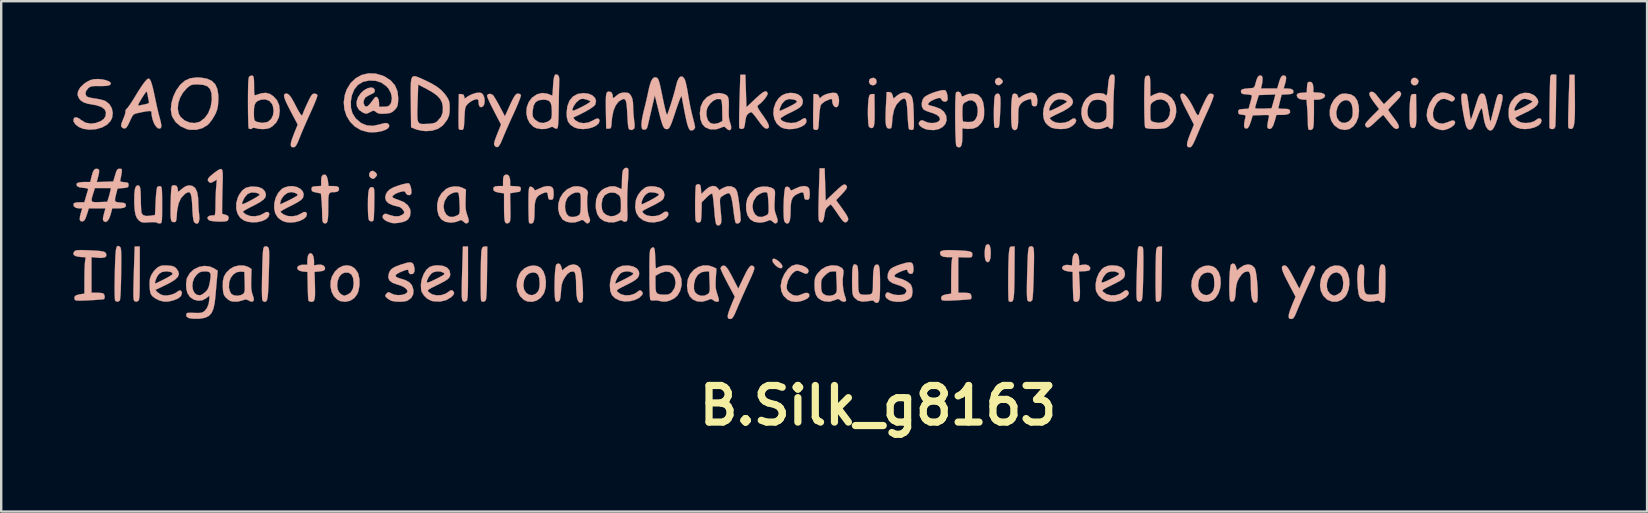
<source format=kicad_pcb>
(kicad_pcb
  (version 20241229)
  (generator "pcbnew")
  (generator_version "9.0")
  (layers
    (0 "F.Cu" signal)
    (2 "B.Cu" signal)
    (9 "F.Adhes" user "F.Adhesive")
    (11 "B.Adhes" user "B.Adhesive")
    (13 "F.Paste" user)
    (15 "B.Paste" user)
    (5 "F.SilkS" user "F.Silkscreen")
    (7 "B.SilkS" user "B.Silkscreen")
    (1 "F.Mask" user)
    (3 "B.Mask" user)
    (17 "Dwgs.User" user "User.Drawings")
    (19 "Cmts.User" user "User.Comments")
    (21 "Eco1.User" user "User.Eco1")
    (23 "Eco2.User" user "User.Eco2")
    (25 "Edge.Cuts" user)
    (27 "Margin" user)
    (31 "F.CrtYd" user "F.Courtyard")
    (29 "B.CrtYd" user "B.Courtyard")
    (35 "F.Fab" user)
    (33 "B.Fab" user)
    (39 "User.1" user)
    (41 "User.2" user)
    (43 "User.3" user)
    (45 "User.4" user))
  (footprint "B.Silk_g8163"
    (layer "F.Cu")
    (at 33.528 13.844)
    (property "Reference" "B.Silk_g8163" (at 0 0 0) (layer "F.SilkS") (effects (font (size 1.524 1.524) (thickness 0.3))))
    (attr through_hole)
    (fp_poly (pts (xy -0.095 -13.604) (xy -0.062 -13.541) (xy -0.064 -13.439) (xy -0.123 -13.366) (xy -0.213 -13.337) (xy -0.309 -13.368) (xy -0.33 -13.386) (xy -0.378 -13.482) (xy -0.356 -13.579) (xy -0.299 -13.63) (xy -0.185 -13.654) (xy -0.095 -13.604)) (stroke (width 0.01) (type solid)) (fill yes) (layer "B.SilkS"))
    (fp_poly (pts (xy 22.477 -13.6) (xy 22.521 -13.522) (xy 22.521 -13.511) (xy 22.488 -13.408) (xy 22.408 -13.348) (xy 22.31 -13.343) (xy 22.227 -13.396) (xy 22.197 -13.489) (xy 22.225 -13.588) (xy 22.293 -13.648) (xy 22.389 -13.649) (xy 22.477 -13.6)) (stroke (width 0.01) (type solid)) (fill yes) (layer "B.SilkS"))
    (fp_poly (pts (xy 5.118 -13.614) (xy 5.126 -13.607) (xy 5.195 -13.529) (xy 5.193 -13.466) (xy 5.14 -13.402) (xy 5.04 -13.34) (xy 4.946 -13.363) (xy 4.919 -13.386) (xy 4.871 -13.483) (xy 4.897 -13.581) (xy 4.957 -13.633) (xy 5.04 -13.657) (xy 5.118 -13.614)) (stroke (width 0.01) (type solid)) (fill yes) (layer "B.SilkS"))
    (fp_poly (pts (xy -4.226 -6.073) (xy -4.126 -5.999) (xy -4.039 -5.911) (xy -3.986 -5.826) (xy -3.979 -5.792) (xy -4.007 -5.728) (xy -4.08 -5.721) (xy -4.183 -5.768) (xy -4.271 -5.838) (xy -4.374 -5.959) (xy -4.402 -6.057) (xy -4.376 -6.109) (xy -4.316 -6.115) (xy -4.226 -6.073)) (stroke (width 0.01) (type solid)) (fill yes) (layer "B.SilkS"))
    (fp_poly (pts (xy -20.985 -9.75) (xy -20.911 -9.685) (xy -20.871 -9.618) (xy -20.87 -9.61) (xy -20.899 -9.553) (xy -20.96 -9.485) (xy -21.02 -9.444) (xy -21.032 -9.442) (xy -21.089 -9.462) (xy -21.135 -9.486) (xy -21.195 -9.561) (xy -21.198 -9.656) (xy -21.152 -9.739) (xy -21.065 -9.779) (xy -21.055 -9.779) (xy -20.985 -9.75)) (stroke (width 0.01) (type solid)) (fill yes) (layer "B.SilkS"))
    (fp_poly (pts (xy 4.648 -6.677) (xy 4.686 -6.555) (xy 4.699 -6.359) (xy 4.699 -6.353) (xy 4.686 -6.149) (xy 4.646 -6.02) (xy 4.582 -5.97) (xy 4.572 -5.969) (xy 4.524 -5.995) (xy 4.496 -6.02) (xy 4.464 -6.096) (xy 4.447 -6.225) (xy 4.444 -6.378) (xy 4.456 -6.527) (xy 4.481 -6.642) (xy 4.508 -6.689) (xy 4.589 -6.723) (xy 4.648 -6.677)) (stroke (width 0.01) (type solid)) (fill yes) (layer "B.SilkS"))
    (fp_poly (pts (xy 29.031 -12.888) (xy 29.034 -12.503) (xy 29.032 -12.195) (xy 29.024 -11.956) (xy 29.009 -11.778) (xy 28.986 -11.654) (xy 28.955 -11.574) (xy 28.914 -11.533) (xy 28.881 -11.522) (xy 28.793 -11.537) (xy 28.761 -11.574) (xy 28.756 -11.633) (xy 28.753 -11.764) (xy 28.754 -11.956) (xy 28.758 -12.195) (xy 28.765 -12.47) (xy 28.772 -12.709) (xy 28.808 -13.78) (xy 29.02 -13.78) (xy 29.031 -12.888)) (stroke (width 0.01) (type solid)) (fill yes) (layer "B.SilkS"))
    (fp_poly (pts (xy -17.081 -5.512) (xy -17.082 -5.169) (xy -17.084 -4.902) (xy -17.089 -4.7) (xy -17.096 -4.555) (xy -17.106 -4.457) (xy -17.119 -4.397) (xy -17.137 -4.366) (xy -17.145 -4.359) (xy -17.225 -4.322) (xy -17.282 -4.346) (xy -17.311 -4.378) (xy -17.327 -4.421) (xy -17.337 -4.512) (xy -17.342 -4.658) (xy -17.342 -4.866) (xy -17.337 -5.144) (xy -17.328 -5.498) (xy -17.327 -5.531) (xy -17.293 -6.625) (xy -17.081 -6.625) (xy -17.081 -5.512)) (stroke (width 0.01) (type solid)) (fill yes) (layer "B.SilkS"))
    (fp_poly (pts (xy -30.755 -5.512) (xy -30.756 -5.169) (xy -30.758 -4.902) (xy -30.762 -4.7) (xy -30.769 -4.555) (xy -30.779 -4.457) (xy -30.793 -4.397) (xy -30.811 -4.366) (xy -30.819 -4.359) (xy -30.891 -4.323) (xy -30.95 -4.337) (xy -30.982 -4.356) (xy -30.999 -4.38) (xy -31.011 -4.433) (xy -31.019 -4.525) (xy -31.022 -4.664) (xy -31.02 -4.859) (xy -31.014 -5.12) (xy -31.005 -5.455) (xy -31.003 -5.508) (xy -30.967 -6.625) (xy -30.755 -6.625) (xy -30.755 -5.512)) (stroke (width 0.01) (type solid)) (fill yes) (layer "B.SilkS"))
    (fp_poly (pts (xy -0.141 -12.32) (xy -0.14 -12.043) (xy -0.145 -11.841) (xy -0.159 -11.702) (xy -0.183 -11.615) (xy -0.219 -11.57) (xy -0.268 -11.557) (xy -0.272 -11.557) (xy -0.343 -11.584) (xy -0.373 -11.608) (xy -0.393 -11.669) (xy -0.408 -11.796) (xy -0.417 -11.969) (xy -0.422 -12.17) (xy -0.42 -12.377) (xy -0.412 -12.574) (xy -0.398 -12.74) (xy -0.388 -12.806) (xy -0.361 -12.916) (xy -0.319 -12.965) (xy -0.253 -12.975) (xy -0.148 -12.975) (xy -0.141 -12.32)) (stroke (width 0.01) (type solid)) (fill yes) (layer "B.SilkS"))
    (fp_poly (pts (xy 22.427 -12.325) (xy 22.43 -12.047) (xy 22.425 -11.844) (xy 22.412 -11.704) (xy 22.387 -11.617) (xy 22.35 -11.571) (xy 22.297 -11.557) (xy 22.292 -11.557) (xy 22.22 -11.584) (xy 22.191 -11.608) (xy 22.17 -11.671) (xy 22.155 -11.8) (xy 22.146 -11.976) (xy 22.144 -12.181) (xy 22.148 -12.395) (xy 22.159 -12.601) (xy 22.176 -12.764) (xy 22.197 -12.89) (xy 22.226 -12.953) (xy 22.276 -12.974) (xy 22.31 -12.975) (xy 22.416 -12.975) (xy 22.427 -12.325)) (stroke (width 0.01) (type solid)) (fill yes) (layer "B.SilkS"))
    (fp_poly (pts (xy -21.058 -9.095) (xy -21.027 -9.084) (xy -21.005 -9.057) (xy -20.991 -9.001) (xy -20.984 -8.904) (xy -20.982 -8.752) (xy -20.984 -8.533) (xy -20.985 -8.427) (xy -20.989 -8.197) (xy -20.996 -7.996) (xy -21.003 -7.838) (xy -21.011 -7.74) (xy -21.015 -7.719) (xy -21.071 -7.668) (xy -21.153 -7.679) (xy -21.201 -7.713) (xy -21.224 -7.777) (xy -21.24 -7.915) (xy -21.249 -8.131) (xy -21.251 -8.361) (xy -21.248 -8.639) (xy -21.236 -8.841) (xy -21.214 -8.979) (xy -21.178 -9.06) (xy -21.126 -9.096) (xy -21.058 -9.095)) (stroke (width 0.01) (type solid)) (fill yes) (layer "B.SilkS"))
    (fp_poly (pts (xy -16.288 -5.529) (xy -16.293 -5.133) (xy -16.302 -4.82) (xy -16.313 -4.59) (xy -16.327 -4.443) (xy -16.345 -4.376) (xy -16.346 -4.375) (xy -16.425 -4.323) (xy -16.504 -4.333) (xy -16.531 -4.361) (xy -16.54 -4.416) (xy -16.546 -4.542) (xy -16.551 -4.724) (xy -16.553 -4.947) (xy -16.553 -5.197) (xy -16.552 -5.46) (xy -16.548 -5.72) (xy -16.543 -5.965) (xy -16.537 -6.178) (xy -16.529 -6.347) (xy -16.52 -6.456) (xy -16.517 -6.477) (xy -16.484 -6.579) (xy -16.43 -6.62) (xy -16.381 -6.625) (xy -16.277 -6.625) (xy -16.288 -5.529)) (stroke (width 0.01) (type solid)) (fill yes) (layer "B.SilkS"))
    (fp_poly (pts (xy 11.823 -5.53) (xy 11.817 -5.141) (xy 11.81 -4.834) (xy 11.799 -4.607) (xy 11.785 -4.457) (xy 11.768 -4.383) (xy 11.764 -4.376) (xy 11.682 -4.323) (xy 11.6 -4.334) (xy 11.585 -4.346) (xy 11.577 -4.395) (xy 11.571 -4.515) (xy 11.566 -4.692) (xy 11.563 -4.91) (xy 11.562 -5.158) (xy 11.563 -5.42) (xy 11.565 -5.682) (xy 11.569 -5.931) (xy 11.574 -6.152) (xy 11.58 -6.331) (xy 11.588 -6.455) (xy 11.594 -6.498) (xy 11.63 -6.592) (xy 11.699 -6.624) (xy 11.727 -6.625) (xy 11.832 -6.625) (xy 11.823 -5.53)) (stroke (width 0.01) (type solid)) (fill yes) (layer "B.SilkS"))
    (fp_poly (pts (xy 28.258 -13.78) (xy 28.246 -12.742) (xy 28.243 -12.449) (xy 28.237 -12.181) (xy 28.231 -11.949) (xy 28.225 -11.767) (xy 28.218 -11.649) (xy 28.214 -11.61) (xy 28.166 -11.533) (xy 28.087 -11.515) (xy 28.006 -11.533) (xy 27.977 -11.568) (xy 27.973 -11.643) (xy 27.972 -11.786) (xy 27.973 -11.98) (xy 27.974 -12.213) (xy 27.977 -12.47) (xy 27.981 -12.736) (xy 27.986 -12.998) (xy 27.991 -13.24) (xy 27.996 -13.448) (xy 28.002 -13.609) (xy 28.007 -13.707) (xy 28.01 -13.729) (xy 28.058 -13.787) (xy 28.145 -13.793) (xy 28.258 -13.78)) (stroke (width 0.01) (type solid)) (fill yes) (layer "B.SilkS"))
    (fp_poly (pts (xy 5.026 -12.986) (xy 5.065 -12.95) (xy 5.09 -12.875) (xy 5.102 -12.752) (xy 5.103 -12.569) (xy 5.094 -12.316) (xy 5.09 -12.231) (xy 5.077 -11.982) (xy 5.066 -11.806) (xy 5.053 -11.689) (xy 5.037 -11.619) (xy 5.015 -11.583) (xy 4.986 -11.568) (xy 4.972 -11.566) (xy 4.888 -11.569) (xy 4.856 -11.583) (xy 4.842 -11.638) (xy 4.833 -11.76) (xy 4.828 -11.928) (xy 4.826 -12.127) (xy 4.828 -12.336) (xy 4.834 -12.538) (xy 4.843 -12.713) (xy 4.855 -12.845) (xy 4.87 -12.914) (xy 4.87 -12.914) (xy 4.928 -12.98) (xy 4.97 -12.996) (xy 5.026 -12.986)) (stroke (width 0.01) (type solid)) (fill yes) (layer "B.SilkS"))
    (fp_poly (pts (xy 5.686 -5.532) (xy 5.683 -5.178) (xy 5.677 -4.899) (xy 5.669 -4.688) (xy 5.656 -4.534) (xy 5.638 -4.429) (xy 5.614 -4.364) (xy 5.582 -4.33) (xy 5.54 -4.318) (xy 5.526 -4.318) (xy 5.456 -4.339) (xy 5.447 -4.346) (xy 5.438 -4.396) (xy 5.431 -4.516) (xy 5.427 -4.692) (xy 5.424 -4.91) (xy 5.424 -5.155) (xy 5.425 -5.413) (xy 5.428 -5.67) (xy 5.433 -5.912) (xy 5.44 -6.123) (xy 5.448 -6.29) (xy 5.455 -6.371) (xy 5.473 -6.512) (xy 5.495 -6.588) (xy 5.532 -6.619) (xy 5.588 -6.625) (xy 5.694 -6.625) (xy 5.686 -5.532)) (stroke (width 0.01) (type solid)) (fill yes) (layer "B.SilkS"))
    (fp_poly (pts (xy -31.615 -6.634) (xy -31.59 -6.619) (xy -31.568 -6.599) (xy -31.551 -6.563) (xy -31.538 -6.501) (xy -31.531 -6.404) (xy -31.526 -6.261) (xy -31.525 -6.063) (xy -31.527 -5.799) (xy -31.531 -5.499) (xy -31.537 -5.143) (xy -31.546 -4.848) (xy -31.557 -4.618) (xy -31.57 -4.46) (xy -31.585 -4.379) (xy -31.589 -4.372) (xy -31.672 -4.321) (xy -31.757 -4.347) (xy -31.78 -4.371) (xy -31.791 -4.43) (xy -31.799 -4.565) (xy -31.803 -4.768) (xy -31.803 -5.032) (xy -31.798 -5.347) (xy -31.795 -5.491) (xy -31.786 -5.847) (xy -31.776 -6.126) (xy -31.764 -6.337) (xy -31.748 -6.487) (xy -31.726 -6.583) (xy -31.698 -6.635) (xy -31.661 -6.649) (xy -31.615 -6.634)) (stroke (width 0.01) (type solid)) (fill yes) (layer "B.SilkS"))
    (fp_poly (pts (xy 6.449 -6.61) (xy 6.469 -6.583) (xy 6.484 -6.534) (xy 6.493 -6.453) (xy 6.499 -6.33) (xy 6.5 -6.155) (xy 6.497 -5.918) (xy 6.491 -5.609) (xy 6.489 -5.511) (xy 6.481 -5.219) (xy 6.471 -4.952) (xy 6.46 -4.723) (xy 6.448 -4.545) (xy 6.436 -4.429) (xy 6.428 -4.392) (xy 6.358 -4.326) (xy 6.273 -4.336) (xy 6.23 -4.373) (xy 6.215 -4.427) (xy 6.206 -4.548) (xy 6.202 -4.741) (xy 6.203 -5.008) (xy 6.21 -5.355) (xy 6.214 -5.501) (xy 6.224 -5.835) (xy 6.233 -6.094) (xy 6.243 -6.288) (xy 6.254 -6.427) (xy 6.267 -6.52) (xy 6.283 -6.577) (xy 6.303 -6.609) (xy 6.315 -6.618) (xy 6.399 -6.638) (xy 6.449 -6.61)) (stroke (width 0.01) (type solid)) (fill yes) (layer "B.SilkS"))
    (fp_poly (pts (xy -25.42 -6.603) (xy -25.398 -6.578) (xy -25.381 -6.539) (xy -25.37 -6.476) (xy -25.364 -6.377) (xy -25.362 -6.233) (xy -25.365 -6.034) (xy -25.371 -5.769) (xy -25.379 -5.484) (xy -25.39 -5.136) (xy -25.401 -4.864) (xy -25.414 -4.659) (xy -25.431 -4.511) (xy -25.451 -4.412) (xy -25.478 -4.353) (xy -25.511 -4.325) (xy -25.548 -4.318) (xy -25.619 -4.348) (xy -25.642 -4.371) (xy -25.655 -4.431) (xy -25.663 -4.569) (xy -25.667 -4.781) (xy -25.666 -5.058) (xy -25.66 -5.396) (xy -25.658 -5.499) (xy -25.65 -5.833) (xy -25.641 -6.092) (xy -25.633 -6.286) (xy -25.622 -6.425) (xy -25.61 -6.518) (xy -25.594 -6.576) (xy -25.575 -6.608) (xy -25.562 -6.618) (xy -25.481 -6.637) (xy -25.42 -6.603)) (stroke (width 0.01) (type solid)) (fill yes) (layer "B.SilkS"))
    (fp_poly (pts (xy 11.002 -6.617) (xy 11.036 -6.575) (xy 11.045 -6.513) (xy 11.051 -6.378) (xy 11.055 -6.184) (xy 11.055 -5.943) (xy 11.053 -5.667) (xy 11.049 -5.449) (xy 11.042 -5.115) (xy 11.034 -4.856) (xy 11.025 -4.663) (xy 11.014 -4.526) (xy 11.001 -4.436) (xy 10.984 -4.383) (xy 10.964 -4.359) (xy 10.884 -4.322) (xy 10.827 -4.346) (xy 10.798 -4.378) (xy 10.783 -4.421) (xy 10.772 -4.512) (xy 10.767 -4.658) (xy 10.767 -4.866) (xy 10.772 -5.144) (xy 10.781 -5.498) (xy 10.782 -5.531) (xy 10.793 -5.863) (xy 10.802 -6.12) (xy 10.811 -6.312) (xy 10.82 -6.449) (xy 10.832 -6.54) (xy 10.846 -6.594) (xy 10.865 -6.623) (xy 10.888 -6.635) (xy 10.909 -6.638) (xy 11.002 -6.617)) (stroke (width 0.01) (type solid)) (fill yes) (layer "B.SilkS"))
    (fp_poly (pts (xy 8.314 -6.304) (xy 8.363 -6.193) (xy 8.382 -6.022) (xy 8.382 -5.838) (xy 8.526 -5.865) (xy 8.674 -5.869) (xy 8.784 -5.827) (xy 8.838 -5.748) (xy 8.84 -5.702) (xy 8.821 -5.647) (xy 8.769 -5.616) (xy 8.663 -5.601) (xy 8.599 -5.596) (xy 8.371 -5.583) (xy 8.401 -5.039) (xy 8.413 -4.769) (xy 8.41 -4.573) (xy 8.392 -4.44) (xy 8.356 -4.361) (xy 8.3 -4.324) (xy 8.252 -4.318) (xy 8.174 -4.341) (xy 8.148 -4.371) (xy 8.14 -4.431) (xy 8.132 -4.558) (xy 8.125 -4.736) (xy 8.119 -4.945) (xy 8.118 -4.995) (xy 8.107 -5.567) (xy 7.921 -5.588) (xy 7.776 -5.622) (xy 7.689 -5.68) (xy 7.667 -5.749) (xy 7.719 -5.82) (xy 7.831 -5.858) (xy 7.939 -5.855) (xy 8.081 -5.832) (xy 8.094 -6.055) (xy 8.124 -6.225) (xy 8.18 -6.322) (xy 8.248 -6.348) (xy 8.314 -6.304)) (stroke (width 0.01) (type solid)) (fill yes) (layer "B.SilkS"))
    (fp_poly (pts (xy -23.568 -6.306) (xy -23.517 -6.202) (xy -23.495 -6.036) (xy -23.495 -6.022) (xy -23.495 -5.838) (xy -23.351 -5.865) (xy -23.203 -5.869) (xy -23.093 -5.827) (xy -23.039 -5.748) (xy -23.037 -5.702) (xy -23.059 -5.644) (xy -23.118 -5.611) (xy -23.236 -5.591) (xy -23.262 -5.588) (xy -23.474 -5.567) (xy -23.458 -5.034) (xy -23.453 -4.77) (xy -23.455 -4.578) (xy -23.469 -4.449) (xy -23.495 -4.37) (xy -23.537 -4.33) (xy -23.596 -4.318) (xy -23.605 -4.318) (xy -23.692 -4.337) (xy -23.729 -4.371) (xy -23.737 -4.431) (xy -23.745 -4.558) (xy -23.752 -4.736) (xy -23.758 -4.945) (xy -23.759 -4.995) (xy -23.77 -5.567) (xy -23.95 -5.58) (xy -24.098 -5.613) (xy -24.18 -5.676) (xy -24.197 -5.75) (xy -24.148 -5.816) (xy -24.033 -5.858) (xy -23.955 -5.863) (xy -23.778 -5.863) (xy -23.774 -6.07) (xy -23.751 -6.232) (xy -23.7 -6.324) (xy -23.634 -6.348) (xy -23.568 -6.306)) (stroke (width 0.01) (type solid)) (fill yes) (layer "B.SilkS"))
    (fp_poly (pts (xy -14.174 -5.805) (xy -14.046 -5.729) (xy -13.937 -5.582) (xy -13.866 -5.383) (xy -13.835 -5.154) (xy -13.847 -4.921) (xy -13.904 -4.708) (xy -13.927 -4.659) (xy -14.054 -4.487) (xy -14.222 -4.372) (xy -14.412 -4.319) (xy -14.605 -4.334) (xy -14.747 -4.398) (xy -14.909 -4.552) (xy -15.012 -4.752) (xy -15.055 -4.98) (xy -15.053 -5.002) (xy -14.774 -5.002) (xy -14.743 -4.828) (xy -14.662 -4.698) (xy -14.546 -4.619) (xy -14.413 -4.597) (xy -14.278 -4.642) (xy -14.181 -4.731) (xy -14.128 -4.828) (xy -14.102 -4.961) (xy -14.097 -5.097) (xy -14.112 -5.308) (xy -14.161 -5.447) (xy -14.248 -5.523) (xy -14.375 -5.546) (xy -14.535 -5.507) (xy -14.66 -5.4) (xy -14.743 -5.233) (xy -14.774 -5.017) (xy -14.774 -5.002) (xy -15.053 -5.002) (xy -15.036 -5.219) (xy -14.953 -5.451) (xy -14.871 -5.582) (xy -14.724 -5.719) (xy -14.545 -5.804) (xy -14.354 -5.834) (xy -14.174 -5.805)) (stroke (width 0.01) (type solid)) (fill yes) (layer "B.SilkS"))
    (fp_poly (pts (xy 13.945 -5.797) (xy 14.079 -5.712) (xy 14.195 -5.55) (xy 14.262 -5.343) (xy 14.28 -5.112) (xy 14.252 -4.88) (xy 14.18 -4.666) (xy 14.065 -4.491) (xy 13.958 -4.401) (xy 13.779 -4.334) (xy 13.583 -4.325) (xy 13.404 -4.375) (xy 13.362 -4.398) (xy 13.2 -4.552) (xy 13.097 -4.752) (xy 13.054 -4.98) (xy 13.056 -5.002) (xy 13.335 -5.002) (xy 13.366 -4.828) (xy 13.448 -4.698) (xy 13.563 -4.619) (xy 13.697 -4.597) (xy 13.831 -4.642) (xy 13.929 -4.731) (xy 13.982 -4.828) (xy 14.007 -4.961) (xy 14.012 -5.097) (xy 13.997 -5.308) (xy 13.949 -5.447) (xy 13.861 -5.523) (xy 13.735 -5.546) (xy 13.574 -5.507) (xy 13.449 -5.4) (xy 13.367 -5.233) (xy 13.335 -5.017) (xy 13.335 -5.002) (xy 13.056 -5.002) (xy 13.073 -5.219) (xy 13.156 -5.451) (xy 13.239 -5.582) (xy 13.388 -5.722) (xy 13.57 -5.807) (xy 13.763 -5.833) (xy 13.945 -5.797)) (stroke (width 0.01) (type solid)) (fill yes) (layer "B.SilkS"))
    (fp_poly (pts (xy -15.374 -9.564) (xy -15.332 -9.44) (xy -15.325 -9.334) (xy -15.325 -9.148) (xy -15.102 -9.136) (xy -14.973 -9.125) (xy -14.906 -9.104) (xy -14.883 -9.062) (xy -14.88 -9.018) (xy -14.903 -8.932) (xy -14.944 -8.904) (xy -15.026 -8.892) (xy -15.146 -8.873) (xy -15.167 -8.869) (xy -15.327 -8.843) (xy -15.315 -8.252) (xy -15.312 -8.009) (xy -15.314 -7.838) (xy -15.322 -7.725) (xy -15.338 -7.658) (xy -15.362 -7.623) (xy -15.367 -7.619) (xy -15.443 -7.582) (xy -15.498 -7.601) (xy -15.528 -7.628) (xy -15.552 -7.693) (xy -15.568 -7.834) (xy -15.577 -8.054) (xy -15.579 -8.259) (xy -15.579 -8.84) (xy -15.787 -8.868) (xy -15.942 -8.906) (xy -16.02 -8.967) (xy -16.025 -9.057) (xy -16.017 -9.081) (xy -15.958 -9.127) (xy -15.824 -9.144) (xy -15.807 -9.144) (xy -15.621 -9.144) (xy -15.621 -9.354) (xy -15.613 -9.493) (xy -15.583 -9.572) (xy -15.539 -9.608) (xy -15.446 -9.623) (xy -15.374 -9.564)) (stroke (width 0.01) (type solid)) (fill yes) (layer "B.SilkS"))
    (fp_poly (pts (xy 18.156 -5.824) (xy 18.201 -5.782) (xy 18.212 -5.746) (xy 18.202 -5.68) (xy 18.168 -5.575) (xy 18.107 -5.421) (xy 18.014 -5.209) (xy 17.906 -4.972) (xy 17.789 -4.715) (xy 17.676 -4.462) (xy 17.576 -4.231) (xy 17.495 -4.042) (xy 17.447 -3.921) (xy 17.374 -3.75) (xy 17.313 -3.65) (xy 17.256 -3.609) (xy 17.247 -3.607) (xy 17.164 -3.61) (xy 17.133 -3.625) (xy 17.106 -3.688) (xy 17.115 -3.796) (xy 17.163 -3.959) (xy 17.249 -4.183) (xy 17.394 -4.534) (xy 17.099 -5.093) (xy 16.969 -5.346) (xy 16.882 -5.536) (xy 16.835 -5.671) (xy 16.827 -5.76) (xy 16.855 -5.811) (xy 16.916 -5.834) (xy 16.965 -5.832) (xy 17.012 -5.806) (xy 17.067 -5.746) (xy 17.136 -5.641) (xy 17.227 -5.482) (xy 17.348 -5.257) (xy 17.358 -5.238) (xy 17.554 -4.868) (xy 17.714 -5.238) (xy 17.833 -5.497) (xy 17.931 -5.68) (xy 18.015 -5.792) (xy 18.088 -5.838) (xy 18.156 -5.824)) (stroke (width 0.01) (type solid)) (fill yes) (layer "B.SilkS"))
    (fp_poly (pts (xy -3.339 -5.872) (xy -3.159 -5.831) (xy -3.016 -5.766) (xy -2.922 -5.686) (xy -2.888 -5.601) (xy -2.923 -5.526) (xy -2.97 -5.491) (xy -3.029 -5.492) (xy -3.125 -5.531) (xy -3.168 -5.552) (xy -3.294 -5.606) (xy -3.383 -5.616) (xy -3.451 -5.595) (xy -3.565 -5.507) (xy -3.672 -5.363) (xy -3.756 -5.191) (xy -3.799 -5.019) (xy -3.806 -4.891) (xy -3.779 -4.804) (xy -3.704 -4.714) (xy -3.692 -4.701) (xy -3.535 -4.597) (xy -3.36 -4.574) (xy -3.179 -4.633) (xy -3.175 -4.636) (xy -3.041 -4.689) (xy -2.934 -4.69) (xy -2.869 -4.644) (xy -2.862 -4.556) (xy -2.868 -4.539) (xy -2.929 -4.469) (xy -3.049 -4.403) (xy -3.203 -4.35) (xy -3.363 -4.321) (xy -3.421 -4.318) (xy -3.626 -4.345) (xy -3.772 -4.414) (xy -3.935 -4.569) (xy -4.029 -4.766) (xy -4.053 -4.994) (xy -4.006 -5.243) (xy -3.904 -5.474) (xy -3.755 -5.686) (xy -3.591 -5.82) (xy -3.417 -5.874) (xy -3.339 -5.872)) (stroke (width 0.01) (type solid)) (fill yes) (layer "B.SilkS"))
    (fp_poly (pts (xy -1.762 -13.02) (xy -1.703 -12.986) (xy -1.649 -12.876) (xy -1.624 -12.737) (xy -1.629 -12.598) (xy -1.662 -12.485) (xy -1.717 -12.43) (xy -1.796 -12.438) (xy -1.864 -12.509) (xy -1.902 -12.619) (xy -1.905 -12.664) (xy -1.913 -12.75) (xy -1.949 -12.772) (xy -2 -12.761) (xy -2.197 -12.679) (xy -2.336 -12.577) (xy -2.38 -12.52) (xy -2.405 -12.438) (xy -2.428 -12.292) (xy -2.446 -12.105) (xy -2.455 -11.959) (xy -2.466 -11.755) (xy -2.477 -11.621) (xy -2.492 -11.541) (xy -2.515 -11.5) (xy -2.551 -11.484) (xy -2.572 -11.48) (xy -2.655 -11.491) (xy -2.689 -11.524) (xy -2.696 -11.584) (xy -2.701 -11.713) (xy -2.703 -11.896) (xy -2.702 -12.117) (xy -2.7 -12.278) (xy -2.688 -12.975) (xy -2.584 -12.975) (xy -2.495 -12.949) (xy -2.455 -12.87) (xy -2.43 -12.802) (xy -2.4 -12.814) (xy -2.395 -12.821) (xy -2.313 -12.898) (xy -2.183 -12.963) (xy -2.031 -13.008) (xy -1.883 -13.029) (xy -1.762 -13.02)) (stroke (width 0.01) (type solid)) (fill yes) (layer "B.SilkS"))
    (fp_poly (pts (xy 19.225 -5.823) (xy 19.352 -5.776) (xy 19.482 -5.664) (xy 19.574 -5.495) (xy 19.627 -5.288) (xy 19.638 -5.062) (xy 19.605 -4.837) (xy 19.527 -4.632) (xy 19.473 -4.547) (xy 19.319 -4.403) (xy 19.131 -4.328) (xy 18.931 -4.324) (xy 18.738 -4.396) (xy 18.711 -4.413) (xy 18.548 -4.573) (xy 18.448 -4.777) (xy 18.426 -4.932) (xy 18.7 -4.932) (xy 18.739 -4.779) (xy 18.828 -4.661) (xy 18.881 -4.627) (xy 18.957 -4.589) (xy 19.006 -4.578) (xy 19.066 -4.595) (xy 19.15 -4.63) (xy 19.287 -4.73) (xy 19.365 -4.89) (xy 19.383 -5.109) (xy 19.379 -5.166) (xy 19.335 -5.363) (xy 19.248 -5.49) (xy 19.119 -5.544) (xy 19.084 -5.546) (xy 18.944 -5.508) (xy 18.831 -5.409) (xy 18.75 -5.267) (xy 18.704 -5.101) (xy 18.7 -4.932) (xy 18.426 -4.932) (xy 18.414 -5.011) (xy 18.449 -5.26) (xy 18.521 -5.445) (xy 18.656 -5.639) (xy 18.827 -5.771) (xy 19.022 -5.834) (xy 19.225 -5.823)) (stroke (width 0.01) (type solid)) (fill yes) (layer "B.SilkS"))
    (fp_poly (pts (xy 19.698 -12.962) (xy 19.859 -12.863) (xy 19.969 -12.699) (xy 20.027 -12.467) (xy 20.038 -12.27) (xy 20.007 -12.009) (xy 19.924 -11.793) (xy 19.798 -11.627) (xy 19.638 -11.52) (xy 19.454 -11.48) (xy 19.253 -11.514) (xy 19.178 -11.546) (xy 19.005 -11.677) (xy 18.887 -11.856) (xy 18.825 -12.067) (xy 18.823 -12.158) (xy 19.092 -12.158) (xy 19.124 -11.984) (xy 19.208 -11.857) (xy 19.327 -11.784) (xy 19.465 -11.775) (xy 19.607 -11.836) (xy 19.658 -11.88) (xy 19.725 -11.961) (xy 19.762 -12.054) (xy 19.775 -12.183) (xy 19.771 -12.361) (xy 19.736 -12.542) (xy 19.662 -12.659) (xy 19.561 -12.717) (xy 19.446 -12.719) (xy 19.329 -12.67) (xy 19.224 -12.572) (xy 19.143 -12.431) (xy 19.097 -12.249) (xy 19.092 -12.158) (xy 18.823 -12.158) (xy 18.82 -12.293) (xy 18.873 -12.518) (xy 18.985 -12.725) (xy 19.093 -12.843) (xy 19.206 -12.936) (xy 19.304 -12.981) (xy 19.429 -12.995) (xy 19.484 -12.995) (xy 19.698 -12.962)) (stroke (width 0.01) (type solid)) (fill yes) (layer "B.SilkS"))
    (fp_poly (pts (xy -21.952 -5.809) (xy -21.799 -5.712) (xy -21.681 -5.55) (xy -21.653 -5.487) (xy -21.603 -5.262) (xy -21.602 -5.007) (xy -21.648 -4.762) (xy -21.692 -4.647) (xy -21.817 -4.477) (xy -21.987 -4.366) (xy -22.184 -4.321) (xy -22.387 -4.346) (xy -22.513 -4.404) (xy -22.657 -4.538) (xy -22.757 -4.725) (xy -22.808 -4.945) (xy -22.807 -4.995) (xy -22.53 -4.995) (xy -22.505 -4.83) (xy -22.436 -4.695) (xy -22.352 -4.627) (xy -22.274 -4.588) (xy -22.242 -4.573) (xy -22.204 -4.585) (xy -22.116 -4.614) (xy -22.103 -4.619) (xy -21.965 -4.71) (xy -21.877 -4.864) (xy -21.844 -5.076) (xy -21.844 -5.097) (xy -21.868 -5.312) (xy -21.937 -5.457) (xy -22.052 -5.533) (xy -22.21 -5.536) (xy -22.246 -5.528) (xy -22.369 -5.458) (xy -22.46 -5.331) (xy -22.514 -5.169) (xy -22.53 -4.995) (xy -22.807 -4.995) (xy -22.804 -5.174) (xy -22.752 -5.367) (xy -22.632 -5.574) (xy -22.479 -5.723) (xy -22.306 -5.813) (xy -22.126 -5.842) (xy -21.952 -5.809)) (stroke (width 0.01) (type solid)) (fill yes) (layer "B.SilkS"))
    (fp_poly (pts (xy -16.509 -13.011) (xy -16.452 -12.949) (xy -16.401 -12.827) (xy -16.385 -12.68) (xy -16.406 -12.546) (xy -16.448 -12.472) (xy -16.532 -12.425) (xy -16.598 -12.454) (xy -16.634 -12.549) (xy -16.637 -12.596) (xy -16.646 -12.697) (xy -16.666 -12.753) (xy -16.669 -12.755) (xy -16.751 -12.759) (xy -16.869 -12.719) (xy -16.993 -12.647) (xy -17.083 -12.572) (xy -17.138 -12.51) (xy -17.175 -12.45) (xy -17.199 -12.371) (xy -17.213 -12.256) (xy -17.224 -12.084) (xy -17.23 -11.967) (xy -17.24 -11.761) (xy -17.251 -11.625) (xy -17.266 -11.543) (xy -17.288 -11.502) (xy -17.323 -11.484) (xy -17.346 -11.48) (xy -17.43 -11.491) (xy -17.464 -11.524) (xy -17.471 -11.584) (xy -17.475 -11.713) (xy -17.477 -11.896) (xy -17.476 -12.117) (xy -17.474 -12.278) (xy -17.462 -12.975) (xy -17.357 -12.975) (xy -17.269 -12.952) (xy -17.237 -12.881) (xy -17.224 -12.787) (xy -17.058 -12.897) (xy -16.91 -12.971) (xy -16.747 -13.021) (xy -16.707 -13.027) (xy -16.583 -13.034) (xy -16.509 -13.011)) (stroke (width 0.01) (type solid)) (fill yes) (layer "B.SilkS"))
    (fp_poly (pts (xy -5.202 -5.81) (xy -5.177 -5.788) (xy -5.157 -5.758) (xy -5.152 -5.714) (xy -5.166 -5.645) (xy -5.204 -5.54) (xy -5.269 -5.387) (xy -5.366 -5.174) (xy -5.42 -5.055) (xy -5.537 -4.8) (xy -5.654 -4.538) (xy -5.762 -4.293) (xy -5.85 -4.088) (xy -5.885 -4.003) (xy -5.97 -3.807) (xy -6.038 -3.682) (xy -6.095 -3.619) (xy -6.123 -3.607) (xy -6.206 -3.61) (xy -6.235 -3.625) (xy -6.261 -3.681) (xy -6.256 -3.775) (xy -6.215 -3.918) (xy -6.138 -4.121) (xy -6.116 -4.175) (xy -5.967 -4.535) (xy -6.265 -5.09) (xy -6.369 -5.291) (xy -6.458 -5.47) (xy -6.523 -5.612) (xy -6.558 -5.701) (xy -6.562 -5.72) (xy -6.526 -5.79) (xy -6.47 -5.823) (xy -6.413 -5.83) (xy -6.357 -5.805) (xy -6.295 -5.74) (xy -6.218 -5.624) (xy -6.12 -5.448) (xy -6.022 -5.261) (xy -5.821 -4.87) (xy -5.601 -5.335) (xy -5.49 -5.562) (xy -5.4 -5.715) (xy -5.327 -5.803) (xy -5.263 -5.833) (xy -5.202 -5.81)) (stroke (width 0.01) (type solid)) (fill yes) (layer "B.SilkS"))
    (fp_poly (pts (xy 23.698 -13.015) (xy 23.863 -12.953) (xy 23.987 -12.867) (xy 23.999 -12.853) (xy 24.037 -12.788) (xy 24.008 -12.73) (xy 23.99 -12.712) (xy 23.938 -12.67) (xy 23.882 -12.67) (xy 23.789 -12.714) (xy 23.782 -12.718) (xy 23.61 -12.779) (xy 23.461 -12.76) (xy 23.327 -12.66) (xy 23.269 -12.587) (xy 23.168 -12.398) (xy 23.12 -12.205) (xy 23.125 -12.029) (xy 23.186 -11.889) (xy 23.2 -11.873) (xy 23.35 -11.768) (xy 23.525 -11.742) (xy 23.721 -11.798) (xy 23.748 -11.81) (xy 23.899 -11.87) (xy 23.997 -11.87) (xy 24.039 -11.81) (xy 24.038 -11.758) (xy 23.99 -11.678) (xy 23.884 -11.596) (xy 23.746 -11.525) (xy 23.6 -11.481) (xy 23.518 -11.473) (xy 23.398 -11.492) (xy 23.255 -11.537) (xy 23.21 -11.555) (xy 23.026 -11.68) (xy 22.909 -11.851) (xy 22.86 -12.061) (xy 22.88 -12.303) (xy 22.971 -12.569) (xy 22.992 -12.612) (xy 23.128 -12.831) (xy 23.28 -12.97) (xy 23.454 -13.033) (xy 23.528 -13.039) (xy 23.698 -13.015)) (stroke (width 0.01) (type solid)) (fill yes) (layer "B.SilkS"))
    (fp_poly (pts (xy -22.965 -9.551) (xy -22.922 -9.401) (xy -22.913 -9.334) (xy -22.891 -9.144) (xy -22.69 -9.144) (xy -22.545 -9.132) (xy -22.473 -9.096) (xy -22.464 -9.081) (xy -22.455 -8.976) (xy -22.519 -8.91) (xy -22.628 -8.89) (xy -22.734 -8.888) (xy -22.808 -8.875) (xy -22.856 -8.837) (xy -22.885 -8.762) (xy -22.898 -8.637) (xy -22.902 -8.45) (xy -22.902 -8.259) (xy -22.905 -7.994) (xy -22.915 -7.803) (xy -22.935 -7.678) (xy -22.968 -7.609) (xy -23.017 -7.586) (xy -23.086 -7.599) (xy -23.103 -7.606) (xy -23.135 -7.659) (xy -23.152 -7.791) (xy -23.157 -7.952) (xy -23.161 -8.161) (xy -23.171 -8.386) (xy -23.183 -8.556) (xy -23.21 -8.836) (xy -23.405 -8.873) (xy -23.526 -8.903) (xy -23.584 -8.939) (xy -23.6 -9) (xy -23.601 -9.017) (xy -23.592 -9.082) (xy -23.553 -9.115) (xy -23.459 -9.131) (xy -23.4 -9.136) (xy -23.199 -9.149) (xy -23.199 -9.356) (xy -23.19 -9.495) (xy -23.159 -9.574) (xy -23.118 -9.607) (xy -23.03 -9.62) (xy -22.965 -9.551)) (stroke (width 0.01) (type solid)) (fill yes) (layer "B.SilkS"))
    (fp_poly (pts (xy -14.912 -12.973) (xy -14.875 -12.935) (xy -14.885 -12.878) (xy -14.925 -12.758) (xy -14.992 -12.589) (xy -15.08 -12.383) (xy -15.18 -12.162) (xy -15.297 -11.907) (xy -15.411 -11.651) (xy -15.515 -11.414) (xy -15.599 -11.218) (xy -15.642 -11.113) (xy -15.725 -10.921) (xy -15.796 -10.806) (xy -15.862 -10.762) (xy -15.927 -10.782) (xy -15.95 -10.802) (xy -15.984 -10.845) (xy -15.996 -10.897) (xy -15.985 -10.975) (xy -15.946 -11.095) (xy -15.879 -11.272) (xy -15.854 -11.335) (xy -15.705 -11.706) (xy -16.003 -12.276) (xy -16.106 -12.479) (xy -16.192 -12.658) (xy -16.254 -12.801) (xy -16.286 -12.89) (xy -16.289 -12.91) (xy -16.242 -12.971) (xy -16.157 -12.985) (xy -16.065 -12.951) (xy -16.033 -12.923) (xy -15.985 -12.854) (xy -15.91 -12.73) (xy -15.819 -12.57) (xy -15.753 -12.447) (xy -15.543 -12.049) (xy -15.44 -12.279) (xy -15.324 -12.538) (xy -15.233 -12.727) (xy -15.161 -12.858) (xy -15.104 -12.94) (xy -15.053 -12.983) (xy -15.004 -12.996) (xy -14.999 -12.996) (xy -14.912 -12.973)) (stroke (width 0.01) (type solid)) (fill yes) (layer "B.SilkS"))
    (fp_poly (pts (xy -2.961 -9.125) (xy -2.879 -9.06) (xy -2.878 -9.058) (xy -2.853 -8.964) (xy -2.843 -8.829) (xy -2.845 -8.772) (xy -2.857 -8.651) (xy -2.882 -8.592) (xy -2.933 -8.573) (xy -2.963 -8.572) (xy -3.035 -8.584) (xy -3.069 -8.635) (xy -3.082 -8.731) (xy -3.098 -8.837) (xy -3.135 -8.881) (xy -3.213 -8.872) (xy -3.317 -8.832) (xy -3.456 -8.758) (xy -3.55 -8.662) (xy -3.607 -8.529) (xy -3.635 -8.342) (xy -3.641 -8.141) (xy -3.648 -7.894) (xy -3.67 -7.723) (xy -3.71 -7.621) (xy -3.77 -7.579) (xy -3.789 -7.578) (xy -3.854 -7.611) (xy -3.899 -7.67) (xy -3.918 -7.749) (xy -3.93 -7.89) (xy -3.935 -8.074) (xy -3.934 -8.283) (xy -3.928 -8.5) (xy -3.917 -8.708) (xy -3.901 -8.888) (xy -3.881 -9.023) (xy -3.858 -9.096) (xy -3.852 -9.102) (xy -3.76 -9.119) (xy -3.684 -9.063) (xy -3.661 -9.015) (xy -3.641 -8.972) (xy -3.606 -8.964) (xy -3.533 -8.993) (xy -3.442 -9.04) (xy -3.26 -9.115) (xy -3.094 -9.144) (xy -2.961 -9.125)) (stroke (width 0.01) (type solid)) (fill yes) (layer "B.SilkS"))
    (fp_poly (pts (xy 18.065 -13.467) (xy 18.108 -13.402) (xy 18.126 -13.335) (xy 18.141 -13.214) (xy 18.137 -13.118) (xy 18.135 -13.113) (xy 18.133 -13.068) (xy 18.175 -13.046) (xy 18.279 -13.039) (xy 18.319 -13.039) (xy 18.484 -13.022) (xy 18.59 -12.975) (xy 18.627 -12.906) (xy 18.589 -12.833) (xy 18.492 -12.774) (xy 18.362 -12.744) (xy 18.327 -12.742) (xy 18.161 -12.742) (xy 18.161 -12.158) (xy 18.157 -11.88) (xy 18.147 -11.682) (xy 18.128 -11.563) (xy 18.11 -11.523) (xy 18.022 -11.475) (xy 17.941 -11.495) (xy 17.935 -11.501) (xy 17.92 -11.555) (xy 17.91 -11.667) (xy 17.907 -11.786) (xy 17.903 -11.96) (xy 17.893 -12.173) (xy 17.88 -12.382) (xy 17.879 -12.393) (xy 17.852 -12.742) (xy 17.718 -12.742) (xy 17.576 -12.766) (xy 17.479 -12.828) (xy 17.446 -12.917) (xy 17.448 -12.936) (xy 17.477 -12.989) (xy 17.551 -13.018) (xy 17.662 -13.03) (xy 17.86 -13.043) (xy 17.873 -13.263) (xy 17.884 -13.392) (xy 17.906 -13.458) (xy 17.948 -13.481) (xy 17.99 -13.483) (xy 18.065 -13.467)) (stroke (width 0.01) (type solid)) (fill yes) (layer "B.SilkS"))
    (fp_poly (pts (xy -27.316 -9.8) (xy -27.299 -9.685) (xy -27.296 -9.499) (xy -27.302 -9.249) (xy -27.31 -8.997) (xy -27.316 -8.74) (xy -27.321 -8.508) (xy -27.323 -8.33) (xy -27.324 -8.321) (xy -27.326 -7.986) (xy -27.189 -7.95) (xy -27.089 -7.908) (xy -27.053 -7.842) (xy -27.051 -7.814) (xy -27.076 -7.726) (xy -27.118 -7.688) (xy -27.219 -7.668) (xy -27.367 -7.661) (xy -27.536 -7.664) (xy -27.696 -7.677) (xy -27.821 -7.698) (xy -27.875 -7.72) (xy -27.935 -7.793) (xy -27.922 -7.858) (xy -27.849 -7.906) (xy -27.727 -7.924) (xy -27.654 -7.919) (xy -27.628 -7.94) (xy -27.612 -8.017) (xy -27.603 -8.161) (xy -27.601 -8.331) (xy -27.598 -8.562) (xy -27.59 -8.807) (xy -27.578 -9.024) (xy -27.573 -9.08) (xy -27.545 -9.411) (xy -27.679 -9.332) (xy -27.772 -9.283) (xy -27.828 -9.28) (xy -27.88 -9.32) (xy -27.881 -9.321) (xy -27.921 -9.382) (xy -27.911 -9.45) (xy -27.844 -9.533) (xy -27.714 -9.644) (xy -27.646 -9.697) (xy -27.513 -9.793) (xy -27.418 -9.847) (xy -27.354 -9.851) (xy -27.316 -9.8)) (stroke (width 0.01) (type solid)) (fill yes) (layer "B.SilkS"))
    (fp_poly (pts (xy -2.201 -9.211) (xy -2.18 -8.536) (xy -1.806 -8.891) (xy -1.641 -9.044) (xy -1.524 -9.143) (xy -1.444 -9.196) (xy -1.39 -9.21) (xy -1.364 -9.202) (xy -1.304 -9.151) (xy -1.291 -9.091) (xy -1.33 -9.009) (xy -1.425 -8.893) (xy -1.504 -8.808) (xy -1.745 -8.555) (xy -1.527 -8.255) (xy -1.389 -8.06) (xy -1.299 -7.919) (xy -1.251 -7.819) (xy -1.24 -7.748) (xy -1.261 -7.695) (xy -1.269 -7.685) (xy -1.329 -7.633) (xy -1.391 -7.634) (xy -1.466 -7.693) (xy -1.565 -7.817) (xy -1.626 -7.906) (xy -1.727 -8.054) (xy -1.82 -8.186) (xy -1.886 -8.276) (xy -1.894 -8.286) (xy -1.968 -8.381) (xy -2.084 -8.286) (xy -2.156 -8.212) (xy -2.198 -8.116) (xy -2.225 -7.97) (xy -2.228 -7.938) (xy -2.262 -7.753) (xy -2.311 -7.647) (xy -2.374 -7.621) (xy -2.45 -7.677) (xy -2.451 -7.678) (xy -2.466 -7.724) (xy -2.476 -7.823) (xy -2.481 -7.982) (xy -2.481 -8.207) (xy -2.475 -8.504) (xy -2.467 -8.811) (xy -2.434 -9.885) (xy -2.223 -9.885) (xy -2.201 -9.211)) (stroke (width 0.01) (type solid)) (fill yes) (layer "B.SilkS"))
    (fp_poly (pts (xy -13.629 -9.126) (xy -13.547 -9.06) (xy -13.546 -9.058) (xy -13.521 -8.964) (xy -13.511 -8.829) (xy -13.513 -8.772) (xy -13.525 -8.651) (xy -13.55 -8.592) (xy -13.601 -8.573) (xy -13.631 -8.572) (xy -13.703 -8.584) (xy -13.737 -8.635) (xy -13.75 -8.731) (xy -13.766 -8.837) (xy -13.803 -8.881) (xy -13.881 -8.872) (xy -13.985 -8.832) (xy -14.12 -8.761) (xy -14.212 -8.672) (xy -14.27 -8.548) (xy -14.3 -8.373) (xy -14.309 -8.131) (xy -14.309 -8.11) (xy -14.313 -7.881) (xy -14.33 -7.725) (xy -14.362 -7.63) (xy -14.411 -7.586) (xy -14.458 -7.578) (xy -14.527 -7.6) (xy -14.534 -7.606) (xy -14.544 -7.656) (xy -14.552 -7.775) (xy -14.558 -7.951) (xy -14.562 -8.169) (xy -14.563 -8.363) (xy -14.562 -8.635) (xy -14.558 -8.834) (xy -14.55 -8.971) (xy -14.537 -9.056) (xy -14.519 -9.101) (xy -14.5 -9.117) (xy -14.426 -9.107) (xy -14.35 -9.053) (xy -14.309 -8.981) (xy -14.309 -8.973) (xy -14.275 -8.969) (xy -14.19 -9.001) (xy -14.112 -9.039) (xy -13.929 -9.115) (xy -13.762 -9.144) (xy -13.629 -9.126)) (stroke (width 0.01) (type solid)) (fill yes) (layer "B.SilkS"))
    (fp_poly (pts (xy -5.482 -12.428) (xy -5.114 -12.775) (xy -4.936 -12.937) (xy -4.805 -13.04) (xy -4.712 -13.088) (xy -4.649 -13.084) (xy -4.607 -13.034) (xy -4.596 -13.01) (xy -4.609 -12.944) (xy -4.669 -12.843) (xy -4.76 -12.726) (xy -4.866 -12.615) (xy -4.954 -12.542) (xy -4.999 -12.507) (xy -5.02 -12.47) (xy -5.011 -12.419) (xy -4.968 -12.338) (xy -4.886 -12.215) (xy -4.765 -12.046) (xy -4.63 -11.842) (xy -4.556 -11.693) (xy -4.543 -11.594) (xy -4.59 -11.544) (xy -4.648 -11.536) (xy -4.711 -11.556) (xy -4.79 -11.622) (xy -4.893 -11.745) (xy -4.987 -11.872) (xy -5.094 -12.017) (xy -5.186 -12.133) (xy -5.251 -12.205) (xy -5.271 -12.22) (xy -5.332 -12.205) (xy -5.406 -12.159) (xy -5.466 -12.09) (xy -5.506 -11.979) (xy -5.533 -11.811) (xy -5.555 -11.661) (xy -5.58 -11.575) (xy -5.617 -11.535) (xy -5.662 -11.522) (xy -5.745 -11.533) (xy -5.78 -11.566) (xy -5.784 -11.622) (xy -5.786 -11.751) (xy -5.785 -11.941) (xy -5.782 -12.179) (xy -5.776 -12.453) (xy -5.769 -12.701) (xy -5.736 -13.78) (xy -5.524 -13.78) (xy -5.482 -12.428)) (stroke (width 0.01) (type solid)) (fill yes) (layer "B.SilkS"))
    (fp_poly (pts (xy 6.532 -13.003) (xy 6.611 -12.901) (xy 6.64 -12.735) (xy 6.638 -12.673) (xy 6.626 -12.549) (xy 6.602 -12.488) (xy 6.554 -12.469) (xy 6.519 -12.467) (xy 6.448 -12.479) (xy 6.414 -12.529) (xy 6.4 -12.628) (xy 6.386 -12.731) (xy 6.357 -12.769) (xy 6.297 -12.761) (xy 6.294 -12.76) (xy 6.138 -12.706) (xy 6.037 -12.653) (xy 5.961 -12.584) (xy 5.932 -12.549) (xy 5.89 -12.486) (xy 5.864 -12.41) (xy 5.849 -12.303) (xy 5.843 -12.145) (xy 5.842 -12.004) (xy 5.837 -11.777) (xy 5.821 -11.622) (xy 5.79 -11.527) (xy 5.74 -11.482) (xy 5.687 -11.472) (xy 5.626 -11.506) (xy 5.589 -11.554) (xy 5.571 -11.632) (xy 5.558 -11.774) (xy 5.549 -11.962) (xy 5.547 -12.176) (xy 5.549 -12.396) (xy 5.558 -12.602) (xy 5.573 -12.774) (xy 5.593 -12.905) (xy 5.62 -12.971) (xy 5.666 -12.994) (xy 5.699 -12.996) (xy 5.786 -12.968) (xy 5.825 -12.889) (xy 5.851 -12.815) (xy 5.887 -12.815) (xy 5.923 -12.845) (xy 6.038 -12.92) (xy 6.191 -12.988) (xy 6.34 -13.032) (xy 6.406 -13.039) (xy 6.532 -13.003)) (stroke (width 0.01) (type solid)) (fill yes) (layer "B.SilkS"))
    (fp_poly (pts (xy 13.948 -12.972) (xy 13.985 -12.932) (xy 13.977 -12.873) (xy 13.938 -12.753) (xy 13.873 -12.587) (xy 13.789 -12.391) (xy 13.751 -12.308) (xy 13.634 -12.052) (xy 13.509 -11.769) (xy 13.39 -11.493) (xy 13.292 -11.261) (xy 13.197 -11.039) (xy 13.124 -10.888) (xy 13.066 -10.799) (xy 13.018 -10.763) (xy 13.011 -10.761) (xy 12.929 -10.765) (xy 12.899 -10.779) (xy 12.873 -10.841) (xy 12.881 -10.947) (xy 12.927 -11.107) (xy 13.011 -11.331) (xy 13.016 -11.344) (xy 13.162 -11.703) (xy 12.862 -12.283) (xy 12.735 -12.534) (xy 12.65 -12.721) (xy 12.605 -12.852) (xy 12.598 -12.936) (xy 12.627 -12.981) (xy 12.69 -12.996) (xy 12.699 -12.996) (xy 12.772 -12.959) (xy 12.868 -12.855) (xy 12.978 -12.698) (xy 13.093 -12.498) (xy 13.195 -12.292) (xy 13.256 -12.175) (xy 13.309 -12.102) (xy 13.338 -12.088) (xy 13.376 -12.143) (xy 13.377 -12.152) (xy 13.395 -12.205) (xy 13.441 -12.316) (xy 13.51 -12.468) (xy 13.569 -12.594) (xy 13.659 -12.778) (xy 13.726 -12.897) (xy 13.779 -12.964) (xy 13.828 -12.992) (xy 13.861 -12.996) (xy 13.948 -12.972)) (stroke (width 0.01) (type solid)) (fill yes) (layer "B.SilkS"))
    (fp_poly (pts (xy -23.393 -12.974) (xy -23.353 -12.935) (xy -23.363 -12.878) (xy -23.403 -12.758) (xy -23.47 -12.591) (xy -23.557 -12.389) (xy -23.631 -12.226) (xy -23.747 -11.972) (xy -23.864 -11.708) (xy -23.972 -11.458) (xy -24.058 -11.249) (xy -24.087 -11.176) (xy -24.167 -10.979) (xy -24.23 -10.852) (xy -24.282 -10.783) (xy -24.325 -10.761) (xy -24.408 -10.765) (xy -24.439 -10.779) (xy -24.465 -10.841) (xy -24.457 -10.947) (xy -24.411 -11.107) (xy -24.327 -11.331) (xy -24.322 -11.344) (xy -24.176 -11.703) (xy -24.478 -12.278) (xy -24.607 -12.53) (xy -24.693 -12.718) (xy -24.738 -12.851) (xy -24.745 -12.936) (xy -24.715 -12.982) (xy -24.649 -12.996) (xy -24.642 -12.996) (xy -24.581 -12.979) (xy -24.515 -12.922) (xy -24.436 -12.814) (xy -24.34 -12.647) (xy -24.219 -12.413) (xy -24.138 -12.263) (xy -24.068 -12.151) (xy -24.017 -12.091) (xy -24.002 -12.087) (xy -23.962 -12.142) (xy -23.961 -12.153) (xy -23.944 -12.206) (xy -23.898 -12.318) (xy -23.831 -12.47) (xy -23.773 -12.595) (xy -23.685 -12.778) (xy -23.62 -12.896) (xy -23.569 -12.962) (xy -23.521 -12.991) (xy -23.481 -12.996) (xy -23.393 -12.974)) (stroke (width 0.01) (type solid)) (fill yes) (layer "B.SilkS"))
    (fp_poly (pts (xy -7.057 -5.833) (xy -6.875 -5.774) (xy -6.731 -5.705) (xy -6.757 -5.297) (xy -6.767 -5.089) (xy -6.764 -4.936) (xy -6.745 -4.808) (xy -6.708 -4.679) (xy -6.695 -4.64) (xy -6.652 -4.504) (xy -6.629 -4.4) (xy -6.629 -4.354) (xy -6.693 -4.32) (xy -6.789 -4.338) (xy -6.866 -4.389) (xy -6.924 -4.432) (xy -6.981 -4.435) (xy -7.073 -4.398) (xy -7.093 -4.389) (xy -7.311 -4.325) (xy -7.526 -4.336) (xy -7.709 -4.415) (xy -7.843 -4.549) (xy -7.925 -4.738) (xy -7.939 -4.858) (xy -7.669 -4.858) (xy -7.624 -4.724) (xy -7.523 -4.627) (xy -7.386 -4.575) (xy -7.237 -4.576) (xy -7.098 -4.638) (xy -7.087 -4.647) (xy -7.047 -4.686) (xy -7.022 -4.737) (xy -7.011 -4.816) (xy -7.01 -4.942) (xy -7.017 -5.133) (xy -7.018 -5.154) (xy -7.037 -5.588) (xy -7.163 -5.588) (xy -7.357 -5.551) (xy -7.508 -5.445) (xy -7.612 -5.276) (xy -7.665 -5.051) (xy -7.669 -4.858) (xy -7.939 -4.858) (xy -7.956 -4.99) (xy -7.956 -5.014) (xy -7.923 -5.261) (xy -7.827 -5.476) (xy -7.679 -5.65) (xy -7.493 -5.773) (xy -7.282 -5.837) (xy -7.057 -5.833)) (stroke (width 0.01) (type solid)) (fill yes) (layer "B.SilkS"))
    (fp_poly (pts (xy -32.979 -6.47) (xy -32.873 -6.466) (xy -32.616 -6.454) (xy -32.431 -6.44) (xy -32.305 -6.422) (xy -32.225 -6.397) (xy -32.179 -6.363) (xy -32.155 -6.32) (xy -32.149 -6.225) (xy -32.219 -6.168) (xy -32.365 -6.148) (xy -32.5 -6.156) (xy -32.766 -6.183) (xy -32.766 -4.699) (xy -32.558 -4.699) (xy -32.421 -4.694) (xy -32.313 -4.681) (xy -32.283 -4.673) (xy -32.236 -4.62) (xy -32.215 -4.532) (xy -32.228 -4.453) (xy -32.247 -4.432) (xy -32.299 -4.423) (xy -32.419 -4.412) (xy -32.591 -4.399) (xy -32.798 -4.387) (xy -32.861 -4.383) (xy -33.097 -4.372) (xy -33.261 -4.368) (xy -33.367 -4.372) (xy -33.429 -4.383) (xy -33.46 -4.405) (xy -33.469 -4.42) (xy -33.479 -4.519) (xy -33.418 -4.587) (xy -33.281 -4.629) (xy -33.256 -4.633) (xy -33.062 -4.662) (xy -33.062 -5.225) (xy -33.06 -5.455) (xy -33.055 -5.672) (xy -33.047 -5.854) (xy -33.037 -5.976) (xy -33.036 -5.982) (xy -33.009 -6.176) (xy -33.232 -6.189) (xy -33.401 -6.215) (xy -33.499 -6.268) (xy -33.523 -6.343) (xy -33.484 -6.416) (xy -33.45 -6.445) (xy -33.398 -6.464) (xy -33.312 -6.474) (xy -33.177 -6.476) (xy -32.979 -6.47)) (stroke (width 0.01) (type solid)) (fill yes) (layer "B.SilkS"))
    (fp_poly (pts (xy -6.482 -12.998) (xy -6.365 -12.959) (xy -6.286 -12.908) (xy -6.239 -12.829) (xy -6.217 -12.705) (xy -6.213 -12.522) (xy -6.217 -12.387) (xy -6.22 -12.156) (xy -6.21 -11.986) (xy -6.185 -11.855) (xy -6.159 -11.779) (xy -6.117 -11.629) (xy -6.122 -11.524) (xy -6.166 -11.471) (xy -6.241 -11.483) (xy -6.327 -11.555) (xy -6.391 -11.61) (xy -6.457 -11.608) (xy -6.514 -11.582) (xy -6.742 -11.506) (xy -6.972 -11.504) (xy -7.016 -11.513) (xy -7.198 -11.592) (xy -7.325 -11.729) (xy -7.398 -11.929) (xy -7.422 -12.17) (xy -7.411 -12.262) (xy -7.148 -12.262) (xy -7.142 -12.059) (xy -7.141 -12.052) (xy -7.085 -11.878) (xy -6.98 -11.769) (xy -6.835 -11.729) (xy -6.661 -11.764) (xy -6.605 -11.789) (xy -6.483 -11.853) (xy -6.49 -12.298) (xy -6.496 -12.502) (xy -6.506 -12.636) (xy -6.522 -12.715) (xy -6.548 -12.755) (xy -6.569 -12.766) (xy -6.711 -12.769) (xy -6.862 -12.699) (xy -6.984 -12.589) (xy -7.098 -12.427) (xy -7.148 -12.262) (xy -7.411 -12.262) (xy -7.389 -12.445) (xy -7.287 -12.674) (xy -7.121 -12.852) (xy -6.894 -12.972) (xy -6.822 -12.995) (xy -6.623 -13.02) (xy -6.482 -12.998)) (stroke (width 0.01) (type solid)) (fill yes) (layer "B.SilkS"))
    (fp_poly (pts (xy 0.545 -13.039) (xy 0.595 -12.963) (xy 0.608 -12.923) (xy 0.647 -12.786) (xy 0.791 -12.912) (xy 0.947 -13.009) (xy 1.112 -13.043) (xy 1.263 -13.012) (xy 1.351 -12.948) (xy 1.396 -12.887) (xy 1.429 -12.805) (xy 1.453 -12.689) (xy 1.471 -12.525) (xy 1.483 -12.303) (xy 1.491 -12.009) (xy 1.491 -12.002) (xy 1.496 -11.787) (xy 1.495 -11.643) (xy 1.488 -11.555) (xy 1.471 -11.508) (xy 1.444 -11.487) (xy 1.412 -11.48) (xy 1.325 -11.491) (xy 1.288 -11.519) (xy 1.275 -11.579) (xy 1.259 -11.706) (xy 1.245 -11.882) (xy 1.232 -12.09) (xy 1.23 -12.125) (xy 1.215 -12.397) (xy 1.194 -12.592) (xy 1.165 -12.717) (xy 1.124 -12.779) (xy 1.065 -12.787) (xy 0.985 -12.748) (xy 0.915 -12.696) (xy 0.768 -12.536) (xy 0.667 -12.318) (xy 0.608 -12.035) (xy 0.595 -11.896) (xy 0.582 -11.721) (xy 0.568 -11.615) (xy 0.547 -11.56) (xy 0.513 -11.539) (xy 0.468 -11.536) (xy 0.406 -11.549) (xy 0.361 -11.596) (xy 0.332 -11.686) (xy 0.316 -11.827) (xy 0.314 -12.031) (xy 0.322 -12.305) (xy 0.328 -12.43) (xy 0.36 -13.06) (xy 0.464 -13.06) (xy 0.545 -13.039)) (stroke (width 0.01) (type solid)) (fill yes) (layer "B.SilkS"))
    (fp_poly (pts (xy -17.445 -9.116) (xy -17.314 -9.072) (xy -17.166 -8.996) (xy -17.181 -8.572) (xy -17.185 -8.355) (xy -17.177 -8.194) (xy -17.154 -8.063) (xy -17.114 -7.935) (xy -17.108 -7.919) (xy -17.059 -7.77) (xy -17.049 -7.678) (xy -17.067 -7.634) (xy -17.131 -7.584) (xy -17.2 -7.601) (xy -17.273 -7.663) (xy -17.339 -7.718) (xy -17.4 -7.721) (xy -17.482 -7.684) (xy -17.601 -7.645) (xy -17.754 -7.622) (xy -17.817 -7.62) (xy -18.03 -7.655) (xy -18.193 -7.756) (xy -18.304 -7.921) (xy -18.361 -8.146) (xy -18.363 -8.296) (xy -18.1 -8.296) (xy -18.067 -8.103) (xy -17.981 -7.949) (xy -17.854 -7.865) (xy -17.699 -7.855) (xy -17.525 -7.922) (xy -17.503 -7.936) (xy -17.463 -7.968) (xy -17.439 -8.015) (xy -17.428 -8.094) (xy -17.427 -8.222) (xy -17.433 -8.409) (xy -17.444 -8.591) (xy -17.458 -8.74) (xy -17.475 -8.838) (xy -17.485 -8.864) (xy -17.562 -8.89) (xy -17.677 -8.87) (xy -17.805 -8.812) (xy -17.919 -8.726) (xy -17.94 -8.703) (xy -18.061 -8.508) (xy -18.1 -8.296) (xy -18.363 -8.296) (xy -18.364 -8.386) (xy -18.31 -8.632) (xy -18.182 -8.846) (xy -17.989 -9.026) (xy -17.833 -9.098) (xy -17.64 -9.129) (xy -17.445 -9.116)) (stroke (width 0.01) (type solid)) (fill yes) (layer "B.SilkS"))
    (fp_poly (pts (xy -11.105 -13.049) (xy -11.056 -12.949) (xy -11.049 -12.861) (xy -11.043 -12.816) (xy -11.013 -12.816) (xy -10.945 -12.868) (xy -10.899 -12.907) (xy -10.776 -12.997) (xy -10.652 -13.034) (xy -10.56 -13.039) (xy -10.435 -13.031) (xy -10.359 -12.996) (xy -10.296 -12.917) (xy -10.287 -12.901) (xy -10.234 -12.783) (xy -10.208 -12.629) (xy -10.202 -12.467) (xy -10.194 -12.256) (xy -10.176 -12.025) (xy -10.159 -11.88) (xy -10.139 -11.7) (xy -10.142 -11.587) (xy -10.165 -11.53) (xy -10.249 -11.478) (xy -10.338 -11.487) (xy -10.393 -11.546) (xy -10.407 -11.616) (xy -10.421 -11.751) (xy -10.435 -11.931) (xy -10.445 -12.129) (xy -10.459 -12.385) (xy -10.477 -12.567) (xy -10.502 -12.685) (xy -10.538 -12.749) (xy -10.588 -12.769) (xy -10.639 -12.761) (xy -10.798 -12.669) (xy -10.927 -12.505) (xy -11.022 -12.276) (xy -11.079 -11.99) (xy -11.09 -11.874) (xy -11.103 -11.707) (xy -11.117 -11.606) (xy -11.14 -11.555) (xy -11.178 -11.538) (xy -11.218 -11.536) (xy -11.324 -11.536) (xy -11.336 -12.213) (xy -11.34 -12.506) (xy -11.34 -12.725) (xy -11.333 -12.88) (xy -11.318 -12.983) (xy -11.294 -13.043) (xy -11.258 -13.073) (xy -11.21 -13.081) (xy -11.201 -13.081) (xy -11.105 -13.049)) (stroke (width 0.01) (type solid)) (fill yes) (layer "B.SilkS"))
    (fp_poly (pts (xy 3.195 -6.47) (xy 3.297 -6.465) (xy 3.545 -6.452) (xy 3.72 -6.436) (xy 3.835 -6.415) (xy 3.9 -6.384) (xy 3.928 -6.341) (xy 3.93 -6.281) (xy 3.929 -6.271) (xy 3.918 -6.212) (xy 3.889 -6.179) (xy 3.823 -6.167) (xy 3.7 -6.167) (xy 3.63 -6.169) (xy 3.344 -6.178) (xy 3.344 -4.699) (xy 3.553 -4.699) (xy 3.689 -4.694) (xy 3.797 -4.681) (xy 3.828 -4.673) (xy 3.875 -4.62) (xy 3.895 -4.532) (xy 3.882 -4.453) (xy 3.863 -4.432) (xy 3.811 -4.423) (xy 3.691 -4.412) (xy 3.519 -4.399) (xy 3.312 -4.387) (xy 3.249 -4.383) (xy 3.014 -4.372) (xy 2.849 -4.368) (xy 2.743 -4.372) (xy 2.681 -4.383) (xy 2.65 -4.405) (xy 2.641 -4.42) (xy 2.631 -4.519) (xy 2.692 -4.587) (xy 2.83 -4.629) (xy 2.854 -4.633) (xy 3.048 -4.662) (xy 3.048 -5.289) (xy 3.05 -5.522) (xy 3.055 -5.735) (xy 3.062 -5.909) (xy 3.071 -6.025) (xy 3.074 -6.048) (xy 3.101 -6.181) (xy 2.892 -6.181) (xy 2.721 -6.197) (xy 2.62 -6.25) (xy 2.583 -6.342) (xy 2.582 -6.358) (xy 2.6 -6.411) (xy 2.661 -6.447) (xy 2.774 -6.468) (xy 2.949 -6.475) (xy 3.195 -6.47)) (stroke (width 0.01) (type solid)) (fill yes) (layer "B.SilkS"))
    (fp_poly (pts (xy 20.192 -5.86) (xy 20.206 -5.849) (xy 20.235 -5.808) (xy 20.251 -5.734) (xy 20.255 -5.612) (xy 20.25 -5.425) (xy 20.247 -5.364) (xy 20.242 -5.164) (xy 20.245 -4.979) (xy 20.255 -4.836) (xy 20.265 -4.784) (xy 20.303 -4.681) (xy 20.366 -4.635) (xy 20.447 -4.622) (xy 20.597 -4.62) (xy 20.73 -4.634) (xy 20.87 -4.661) (xy 20.87 -5.201) (xy 20.875 -5.479) (xy 20.891 -5.679) (xy 20.92 -5.809) (xy 20.964 -5.873) (xy 21.025 -5.879) (xy 21.069 -5.858) (xy 21.097 -5.834) (xy 21.117 -5.794) (xy 21.13 -5.724) (xy 21.138 -5.613) (xy 21.14 -5.447) (xy 21.14 -5.215) (xy 21.139 -5.088) (xy 21.135 -4.847) (xy 21.129 -4.635) (xy 21.121 -4.466) (xy 21.112 -4.356) (xy 21.105 -4.32) (xy 21.038 -4.278) (xy 20.954 -4.3) (xy 20.918 -4.333) (xy 20.865 -4.367) (xy 20.776 -4.366) (xy 20.685 -4.349) (xy 20.458 -4.326) (xy 20.262 -4.364) (xy 20.114 -4.46) (xy 20.112 -4.462) (xy 20.064 -4.528) (xy 20.03 -4.618) (xy 20.005 -4.753) (xy 19.984 -4.951) (xy 19.984 -4.959) (xy 19.967 -5.263) (xy 19.973 -5.513) (xy 19.999 -5.703) (xy 20.046 -5.829) (xy 20.11 -5.883) (xy 20.192 -5.86)) (stroke (width 0.01) (type solid)) (fill yes) (layer "B.SilkS"))
    (fp_poly (pts (xy -30.764 -9.139) (xy -30.735 -9.052) (xy -30.719 -8.903) (xy -30.712 -8.682) (xy -30.711 -8.602) (xy -30.708 -8.397) (xy -30.7 -8.217) (xy -30.689 -8.081) (xy -30.678 -8.016) (xy -30.609 -7.93) (xy -30.478 -7.895) (xy -30.29 -7.91) (xy -30.12 -7.939) (xy -30.094 -8.502) (xy -30.082 -8.714) (xy -30.065 -8.896) (xy -30.047 -9.031) (xy -30.028 -9.103) (xy -30.025 -9.108) (xy -29.95 -9.138) (xy -29.902 -9.137) (xy -29.874 -9.126) (xy -29.854 -9.098) (xy -29.84 -9.042) (xy -29.831 -8.946) (xy -29.826 -8.797) (xy -29.824 -8.585) (xy -29.824 -8.36) (xy -29.824 -8.09) (xy -29.826 -7.892) (xy -29.831 -7.755) (xy -29.84 -7.668) (xy -29.855 -7.619) (xy -29.877 -7.596) (xy -29.908 -7.587) (xy -29.915 -7.586) (xy -29.999 -7.592) (xy -30.032 -7.614) (xy -30.086 -7.633) (xy -30.207 -7.639) (xy -30.366 -7.632) (xy -30.53 -7.623) (xy -30.636 -7.627) (xy -30.71 -7.651) (xy -30.778 -7.699) (xy -30.793 -7.711) (xy -30.874 -7.808) (xy -30.931 -7.943) (xy -30.966 -8.131) (xy -30.984 -8.383) (xy -30.986 -8.535) (xy -30.982 -8.795) (xy -30.964 -8.98) (xy -30.932 -9.098) (xy -30.883 -9.158) (xy -30.87 -9.164) (xy -30.808 -9.173) (xy -30.764 -9.139)) (stroke (width 0.01) (type solid)) (fill yes) (layer "B.SilkS"))
    (fp_poly (pts (xy -13.245 -5.884) (xy -13.192 -5.779) (xy -13.187 -5.759) (xy -13.159 -5.629) (xy -13.032 -5.735) (xy -12.858 -5.844) (xy -12.69 -5.88) (xy -12.54 -5.845) (xy -12.422 -5.737) (xy -12.417 -5.73) (xy -12.385 -5.644) (xy -12.356 -5.5) (xy -12.331 -5.314) (xy -12.311 -5.104) (xy -12.297 -4.887) (xy -12.29 -4.683) (xy -12.291 -4.507) (xy -12.302 -4.379) (xy -12.324 -4.315) (xy -12.327 -4.312) (xy -12.405 -4.279) (xy -12.462 -4.31) (xy -12.478 -4.329) (xy -12.528 -4.434) (xy -12.56 -4.609) (xy -12.575 -4.858) (xy -12.576 -4.953) (xy -12.581 -5.209) (xy -12.595 -5.39) (xy -12.619 -5.507) (xy -12.656 -5.57) (xy -12.707 -5.588) (xy -12.833 -5.561) (xy -12.947 -5.474) (xy -13.06 -5.316) (xy -13.069 -5.302) (xy -13.133 -5.174) (xy -13.174 -5.042) (xy -13.198 -4.874) (xy -13.207 -4.746) (xy -13.223 -4.557) (xy -13.245 -4.436) (xy -13.277 -4.368) (xy -13.302 -4.345) (xy -13.381 -4.322) (xy -13.429 -4.353) (xy -13.45 -4.417) (xy -13.465 -4.548) (xy -13.474 -4.728) (xy -13.476 -4.94) (xy -13.473 -5.165) (xy -13.465 -5.386) (xy -13.452 -5.587) (xy -13.435 -5.748) (xy -13.413 -5.852) (xy -13.4 -5.88) (xy -13.318 -5.92) (xy -13.245 -5.884)) (stroke (width 0.01) (type solid)) (fill yes) (layer "B.SilkS"))
    (fp_poly (pts (xy 14.865 -5.884) (xy 14.917 -5.779) (xy 14.922 -5.759) (xy 14.951 -5.629) (xy 15.077 -5.735) (xy 15.251 -5.844) (xy 15.419 -5.88) (xy 15.569 -5.845) (xy 15.688 -5.737) (xy 15.693 -5.73) (xy 15.724 -5.644) (xy 15.753 -5.5) (xy 15.779 -5.314) (xy 15.799 -5.104) (xy 15.813 -4.887) (xy 15.82 -4.683) (xy 15.818 -4.507) (xy 15.807 -4.379) (xy 15.785 -4.315) (xy 15.783 -4.312) (xy 15.705 -4.279) (xy 15.647 -4.31) (xy 15.631 -4.329) (xy 15.581 -4.434) (xy 15.549 -4.609) (xy 15.534 -4.858) (xy 15.533 -4.953) (xy 15.528 -5.209) (xy 15.515 -5.39) (xy 15.49 -5.507) (xy 15.454 -5.57) (xy 15.403 -5.588) (xy 15.276 -5.561) (xy 15.163 -5.474) (xy 15.049 -5.316) (xy 15.041 -5.302) (xy 14.976 -5.174) (xy 14.936 -5.042) (xy 14.911 -4.874) (xy 14.902 -4.746) (xy 14.886 -4.557) (xy 14.864 -4.436) (xy 14.833 -4.368) (xy 14.807 -4.345) (xy 14.729 -4.322) (xy 14.68 -4.353) (xy 14.659 -4.417) (xy 14.644 -4.548) (xy 14.636 -4.728) (xy 14.633 -4.94) (xy 14.636 -5.165) (xy 14.644 -5.386) (xy 14.657 -5.587) (xy 14.674 -5.748) (xy 14.696 -5.852) (xy 14.71 -5.88) (xy 14.791 -5.92) (xy 14.865 -5.884)) (stroke (width 0.01) (type solid)) (fill yes) (layer "B.SilkS"))
    (fp_poly (pts (xy -29.237 -9.162) (xy -29.18 -9.076) (xy -29.168 -8.981) (xy -29.165 -8.923) (xy -29.144 -8.912) (xy -29.089 -8.951) (xy -29.019 -9.012) (xy -28.859 -9.128) (xy -28.716 -9.173) (xy -28.573 -9.151) (xy -28.561 -9.147) (xy -28.445 -9.06) (xy -28.367 -8.9) (xy -28.325 -8.666) (xy -28.318 -8.5) (xy -28.311 -8.303) (xy -28.297 -8.1) (xy -28.281 -7.959) (xy -28.27 -7.782) (xy -28.293 -7.653) (xy -28.342 -7.582) (xy -28.411 -7.577) (xy -28.491 -7.642) (xy -28.518 -7.718) (xy -28.541 -7.87) (xy -28.559 -8.091) (xy -28.565 -8.224) (xy -28.58 -8.499) (xy -28.602 -8.695) (xy -28.634 -8.821) (xy -28.682 -8.882) (xy -28.748 -8.886) (xy -28.836 -8.84) (xy -28.888 -8.801) (xy -29.035 -8.641) (xy -29.136 -8.423) (xy -29.195 -8.14) (xy -29.208 -8.001) (xy -29.22 -7.827) (xy -29.234 -7.72) (xy -29.255 -7.665) (xy -29.29 -7.644) (xy -29.337 -7.641) (xy -29.407 -7.653) (xy -29.444 -7.703) (xy -29.465 -7.811) (xy -29.471 -7.916) (xy -29.474 -8.084) (xy -29.472 -8.294) (xy -29.467 -8.524) (xy -29.465 -8.572) (xy -29.456 -8.807) (xy -29.447 -8.97) (xy -29.435 -9.075) (xy -29.419 -9.136) (xy -29.394 -9.165) (xy -29.359 -9.177) (xy -29.342 -9.179) (xy -29.237 -9.162)) (stroke (width 0.01) (type solid)) (fill yes) (layer "B.SilkS"))
    (fp_poly (pts (xy -19.274 -13.716) (xy -19.166 -13.682) (xy -19.025 -13.621) (xy -18.905 -13.566) (xy -18.604 -13.42) (xy -18.37 -13.279) (xy -18.187 -13.133) (xy -18.039 -12.969) (xy -17.985 -12.895) (xy -17.909 -12.775) (xy -17.866 -12.672) (xy -17.847 -12.553) (xy -17.843 -12.387) (xy -17.85 -12.207) (xy -17.873 -12.075) (xy -17.923 -11.954) (xy -17.96 -11.888) (xy -18.123 -11.674) (xy -18.325 -11.53) (xy -18.574 -11.451) (xy -18.834 -11.432) (xy -19.011 -11.449) (xy -19.19 -11.488) (xy -19.262 -11.512) (xy -19.452 -11.589) (xy -19.458 -12.086) (xy -19.193 -12.086) (xy -19.185 -11.928) (xy -19.16 -11.824) (xy -19.114 -11.762) (xy -19.042 -11.734) (xy -18.938 -11.727) (xy -18.798 -11.733) (xy -18.767 -11.734) (xy -18.595 -11.747) (xy -18.48 -11.772) (xy -18.397 -11.814) (xy -18.35 -11.854) (xy -18.206 -12.024) (xy -18.135 -12.209) (xy -18.128 -12.432) (xy -18.162 -12.614) (xy -18.24 -12.77) (xy -18.37 -12.912) (xy -18.564 -13.052) (xy -18.779 -13.174) (xy -19.156 -13.373) (xy -19.181 -12.603) (xy -19.19 -12.307) (xy -19.193 -12.086) (xy -19.458 -12.086) (xy -19.463 -12.603) (xy -19.468 -12.958) (xy -19.468 -13.235) (xy -19.461 -13.443) (xy -19.443 -13.587) (xy -19.408 -13.676) (xy -19.353 -13.717) (xy -19.274 -13.716)) (stroke (width 0.01) (type solid)) (fill yes) (layer "B.SilkS"))
    (fp_poly (pts (xy -28.237 -13.664) (xy -27.966 -13.62) (xy -27.758 -13.528) (xy -27.611 -13.383) (xy -27.52 -13.18) (xy -27.481 -12.914) (xy -27.482 -12.69) (xy -27.498 -12.491) (xy -27.528 -12.339) (xy -27.58 -12.198) (xy -27.643 -12.072) (xy -27.738 -11.917) (xy -27.843 -11.776) (xy -27.929 -11.687) (xy -28.152 -11.553) (xy -28.408 -11.485) (xy -28.67 -11.486) (xy -28.787 -11.512) (xy -29.051 -11.63) (xy -29.256 -11.801) (xy -29.396 -12.02) (xy -29.423 -12.091) (xy -29.461 -12.324) (xy -29.458 -12.353) (xy -29.171 -12.353) (xy -29.13 -12.152) (xy -29.053 -12.02) (xy -28.885 -11.876) (xy -28.683 -11.79) (xy -28.471 -11.768) (xy -28.271 -11.816) (xy -28.245 -11.828) (xy -28.054 -11.973) (xy -27.903 -12.181) (xy -27.802 -12.437) (xy -27.756 -12.725) (xy -27.754 -12.789) (xy -27.771 -13.023) (xy -27.829 -13.189) (xy -27.938 -13.298) (xy -28.107 -13.358) (xy -28.345 -13.377) (xy -28.366 -13.377) (xy -28.515 -13.372) (xy -28.618 -13.348) (xy -28.71 -13.29) (xy -28.793 -13.219) (xy -28.962 -13.027) (xy -29.083 -12.807) (xy -29.155 -12.577) (xy -29.171 -12.353) (xy -29.458 -12.353) (xy -29.438 -12.588) (xy -29.362 -12.863) (xy -29.239 -13.127) (xy -29.073 -13.359) (xy -29.064 -13.369) (xy -28.875 -13.534) (xy -28.658 -13.632) (xy -28.4 -13.668) (xy -28.237 -13.664)) (stroke (width 0.01) (type solid)) (fill yes) (layer "B.SilkS"))
    (fp_poly (pts (xy -26.412 -5.832) (xy -26.238 -5.774) (xy -26.226 -5.767) (xy -26.099 -5.687) (xy -26.113 -5.256) (xy -26.117 -5.024) (xy -26.107 -4.85) (xy -26.082 -4.71) (xy -26.052 -4.614) (xy -26.01 -4.48) (xy -26.002 -4.4) (xy -26.028 -4.35) (xy -26.028 -4.35) (xy -26.082 -4.322) (xy -26.159 -4.344) (xy -26.206 -4.369) (xy -26.3 -4.413) (xy -26.38 -4.414) (xy -26.478 -4.379) (xy -26.67 -4.329) (xy -26.866 -4.328) (xy -26.988 -4.358) (xy -27.074 -4.413) (xy -27.17 -4.499) (xy -27.178 -4.507) (xy -27.234 -4.58) (xy -27.268 -4.664) (xy -27.287 -4.786) (xy -27.295 -4.922) (xy -27.041 -4.922) (xy -27.038 -4.902) (xy -27.005 -4.772) (xy -26.953 -4.666) (xy -26.942 -4.653) (xy -26.836 -4.592) (xy -26.692 -4.573) (xy -26.545 -4.599) (xy -26.467 -4.638) (xy -26.425 -4.674) (xy -26.398 -4.72) (xy -26.384 -4.794) (xy -26.381 -4.915) (xy -26.384 -5.099) (xy -26.385 -5.136) (xy -26.398 -5.567) (xy -26.549 -5.58) (xy -26.715 -5.555) (xy -26.858 -5.461) (xy -26.967 -5.315) (xy -27.032 -5.13) (xy -27.041 -4.922) (xy -27.295 -4.922) (xy -27.297 -4.946) (xy -27.291 -5.191) (xy -27.246 -5.38) (xy -27.152 -5.537) (xy -26.999 -5.685) (xy -26.993 -5.69) (xy -26.82 -5.787) (xy -26.616 -5.835) (xy -26.412 -5.832)) (stroke (width 0.01) (type solid)) (fill yes) (layer "B.SilkS"))
    (fp_poly (pts (xy -1.703 -5.824) (xy -1.639 -5.803) (xy -1.502 -5.731) (xy -1.438 -5.638) (xy -1.437 -5.504) (xy -1.448 -5.452) (xy -1.471 -5.256) (xy -1.467 -5.023) (xy -1.439 -4.79) (xy -1.39 -4.593) (xy -1.377 -4.56) (xy -1.34 -4.45) (xy -1.331 -4.371) (xy -1.335 -4.358) (xy -1.401 -4.32) (xy -1.498 -4.339) (xy -1.575 -4.389) (xy -1.632 -4.432) (xy -1.69 -4.435) (xy -1.781 -4.398) (xy -1.802 -4.389) (xy -2.026 -4.324) (xy -2.248 -4.344) (xy -2.371 -4.392) (xy -2.503 -4.486) (xy -2.589 -4.62) (xy -2.635 -4.807) (xy -2.645 -5) (xy -2.371 -5) (xy -2.364 -4.837) (xy -2.338 -4.731) (xy -2.288 -4.658) (xy -2.286 -4.657) (xy -2.169 -4.592) (xy -2.018 -4.572) (xy -1.87 -4.599) (xy -1.788 -4.646) (xy -1.751 -4.687) (xy -1.728 -4.741) (xy -1.717 -4.827) (xy -1.717 -4.961) (xy -1.725 -5.154) (xy -1.746 -5.588) (xy -1.894 -5.588) (xy -2.005 -5.572) (xy -2.109 -5.512) (xy -2.206 -5.424) (xy -2.298 -5.325) (xy -2.347 -5.244) (xy -2.367 -5.144) (xy -2.371 -5) (xy -2.645 -5) (xy -2.646 -5.02) (xy -2.641 -5.192) (xy -2.621 -5.312) (xy -2.578 -5.412) (xy -2.529 -5.489) (xy -2.36 -5.668) (xy -2.154 -5.788) (xy -1.929 -5.842) (xy -1.703 -5.824)) (stroke (width 0.01) (type solid)) (fill yes) (layer "B.SilkS"))
    (fp_poly (pts (xy -0.899 -5.858) (xy -0.898 -5.858) (xy -0.868 -5.828) (xy -0.848 -5.776) (xy -0.835 -5.686) (xy -0.828 -5.544) (xy -0.826 -5.337) (xy -0.826 -5.254) (xy -0.824 -5.009) (xy -0.816 -4.837) (xy -0.796 -4.724) (xy -0.758 -4.658) (xy -0.698 -4.626) (xy -0.609 -4.616) (xy -0.55 -4.616) (xy -0.404 -4.618) (xy -0.308 -4.635) (xy -0.25 -4.682) (xy -0.222 -4.773) (xy -0.212 -4.922) (xy -0.211 -5.096) (xy -0.206 -5.387) (xy -0.192 -5.602) (xy -0.167 -5.748) (xy -0.131 -5.833) (xy -0.095 -5.861) (xy -0.034 -5.875) (xy 0.012 -5.858) (xy 0.045 -5.799) (xy 0.066 -5.689) (xy 0.078 -5.52) (xy 0.084 -5.282) (xy 0.085 -5.083) (xy 0.083 -4.8) (xy 0.076 -4.591) (xy 0.063 -4.445) (xy 0.041 -4.351) (xy 0.008 -4.299) (xy -0.039 -4.278) (xy -0.07 -4.276) (xy -0.136 -4.308) (xy -0.157 -4.334) (xy -0.193 -4.367) (xy -0.265 -4.372) (xy -0.393 -4.351) (xy -0.408 -4.348) (xy -0.647 -4.327) (xy -0.837 -4.373) (xy -0.979 -4.487) (xy -0.991 -4.501) (xy -1.026 -4.557) (xy -1.051 -4.621) (xy -1.067 -4.71) (xy -1.075 -4.84) (xy -1.079 -5.027) (xy -1.079 -5.208) (xy -1.076 -5.479) (xy -1.066 -5.675) (xy -1.045 -5.802) (xy -1.011 -5.87) (xy -0.963 -5.885) (xy -0.899 -5.858)) (stroke (width 0.01) (type solid)) (fill yes) (layer "B.SilkS"))
    (fp_poly (pts (xy 21.714 -13.096) (xy 21.736 -13.083) (xy 21.787 -13.02) (xy 21.79 -12.947) (xy 21.74 -12.851) (xy 21.632 -12.723) (xy 21.526 -12.615) (xy 21.406 -12.493) (xy 21.312 -12.393) (xy 21.259 -12.33) (xy 21.251 -12.317) (xy 21.276 -12.274) (xy 21.341 -12.182) (xy 21.435 -12.055) (xy 21.487 -11.988) (xy 21.62 -11.803) (xy 21.689 -11.67) (xy 21.698 -11.581) (xy 21.646 -11.533) (xy 21.606 -11.523) (xy 21.544 -11.535) (xy 21.465 -11.595) (xy 21.359 -11.713) (xy 21.291 -11.798) (xy 21.188 -11.93) (xy 21.106 -12.035) (xy 21.059 -12.095) (xy 21.053 -12.104) (xy 21.019 -12.084) (xy 20.939 -12.016) (xy 20.825 -11.913) (xy 20.744 -11.836) (xy 20.592 -11.694) (xy 20.484 -11.61) (xy 20.408 -11.579) (xy 20.352 -11.595) (xy 20.302 -11.654) (xy 20.302 -11.654) (xy 20.291 -11.697) (xy 20.314 -11.754) (xy 20.378 -11.838) (xy 20.493 -11.961) (xy 20.567 -12.037) (xy 20.877 -12.349) (xy 20.66 -12.635) (xy 20.536 -12.813) (xy 20.473 -12.939) (xy 20.469 -13.021) (xy 20.524 -13.065) (xy 20.56 -13.073) (xy 20.648 -13.052) (xy 20.748 -12.96) (xy 20.771 -12.93) (xy 20.869 -12.806) (xy 20.963 -12.689) (xy 20.984 -12.663) (xy 21.077 -12.552) (xy 21.373 -12.845) (xy 21.513 -12.979) (xy 21.608 -13.061) (xy 21.671 -13.097) (xy 21.714 -13.096)) (stroke (width 0.01) (type solid)) (fill yes) (layer "B.SilkS"))
    (fp_poly (pts (xy -4.602 -9.116) (xy -4.44 -9.074) (xy -4.392 -9.049) (xy -4.341 -9.012) (xy -4.309 -8.972) (xy -4.293 -8.911) (xy -4.291 -8.808) (xy -4.298 -8.648) (xy -4.303 -8.562) (xy -4.313 -8.354) (xy -4.31 -8.204) (xy -4.292 -8.083) (xy -4.256 -7.964) (xy -4.239 -7.919) (xy -4.19 -7.771) (xy -4.179 -7.678) (xy -4.197 -7.634) (xy -4.252 -7.586) (xy -4.309 -7.594) (xy -4.394 -7.664) (xy -4.465 -7.719) (xy -4.527 -7.723) (xy -4.612 -7.685) (xy -4.731 -7.645) (xy -4.885 -7.622) (xy -4.948 -7.62) (xy -5.16 -7.655) (xy -5.324 -7.756) (xy -5.435 -7.921) (xy -5.492 -8.146) (xy -5.494 -8.296) (xy -5.23 -8.296) (xy -5.197 -8.103) (xy -5.111 -7.949) (xy -4.985 -7.865) (xy -4.829 -7.855) (xy -4.655 -7.922) (xy -4.633 -7.936) (xy -4.594 -7.968) (xy -4.569 -8.015) (xy -4.558 -8.094) (xy -4.557 -8.222) (xy -4.564 -8.409) (xy -4.574 -8.591) (xy -4.589 -8.74) (xy -4.606 -8.838) (xy -4.616 -8.864) (xy -4.693 -8.89) (xy -4.808 -8.87) (xy -4.935 -8.812) (xy -5.05 -8.726) (xy -5.071 -8.703) (xy -5.192 -8.508) (xy -5.23 -8.296) (xy -5.494 -8.296) (xy -5.495 -8.386) (xy -5.443 -8.625) (xy -5.321 -8.834) (xy -5.123 -9.023) (xy -5.108 -9.034) (xy -4.971 -9.095) (xy -4.791 -9.123) (xy -4.602 -9.116)) (stroke (width 0.01) (type solid)) (fill yes) (layer "B.SilkS"))
    (fp_poly (pts (xy -25.808 -9.102) (xy -25.646 -9.036) (xy -25.543 -8.923) (xy -25.526 -8.889) (xy -25.499 -8.778) (xy -25.521 -8.677) (xy -25.6 -8.579) (xy -25.743 -8.475) (xy -25.957 -8.357) (xy -26.031 -8.32) (xy -26.201 -8.234) (xy -26.34 -8.158) (xy -26.43 -8.102) (xy -26.458 -8.076) (xy -26.426 -8.034) (xy -26.345 -7.972) (xy -26.321 -7.956) (xy -26.152 -7.894) (xy -25.952 -7.883) (xy -25.754 -7.923) (xy -25.607 -7.997) (xy -25.49 -8.061) (xy -25.403 -8.06) (xy -25.36 -7.997) (xy -25.358 -7.967) (xy -25.397 -7.853) (xy -25.502 -7.758) (xy -25.657 -7.687) (xy -25.844 -7.642) (xy -26.047 -7.63) (xy -26.248 -7.653) (xy -26.407 -7.704) (xy -26.571 -7.822) (xy -26.682 -7.992) (xy -26.738 -8.2) (xy -26.735 -8.42) (xy -26.497 -8.42) (xy -26.481 -8.39) (xy -26.416 -8.405) (xy -26.293 -8.462) (xy -26.105 -8.56) (xy -26.099 -8.563) (xy -25.949 -8.647) (xy -25.833 -8.719) (xy -25.768 -8.771) (xy -25.76 -8.784) (xy -25.797 -8.821) (xy -25.888 -8.857) (xy -25.915 -8.865) (xy -26.106 -8.877) (xy -26.264 -8.812) (xy -26.387 -8.669) (xy -26.414 -8.618) (xy -26.472 -8.496) (xy -26.497 -8.42) (xy -26.735 -8.42) (xy -26.735 -8.43) (xy -26.671 -8.666) (xy -26.615 -8.78) (xy -26.486 -8.962) (xy -26.337 -9.07) (xy -26.147 -9.118) (xy -26.038 -9.123) (xy -25.808 -9.102)) (stroke (width 0.01) (type solid)) (fill yes) (layer "B.SilkS"))
    (fp_poly (pts (xy -12.347 -9.104) (xy -12.212 -9.045) (xy -12.118 -8.965) (xy -12.082 -8.875) (xy -12.088 -8.843) (xy -12.111 -8.707) (xy -12.119 -8.519) (xy -12.113 -8.308) (xy -12.094 -8.105) (xy -12.063 -7.94) (xy -12.045 -7.884) (xy -12.002 -7.762) (xy -11.999 -7.686) (xy -12.023 -7.641) (xy -12.08 -7.588) (xy -12.135 -7.593) (xy -12.214 -7.66) (xy -12.219 -7.666) (xy -12.283 -7.722) (xy -12.339 -7.731) (xy -12.423 -7.695) (xy -12.447 -7.683) (xy -12.616 -7.63) (xy -12.804 -7.623) (xy -12.983 -7.659) (xy -13.122 -7.735) (xy -13.15 -7.762) (xy -13.273 -7.964) (xy -13.326 -8.19) (xy -13.321 -8.291) (xy -13.04 -8.291) (xy -13.021 -8.119) (xy -12.967 -7.976) (xy -12.878 -7.884) (xy -12.859 -7.875) (xy -12.722 -7.853) (xy -12.572 -7.876) (xy -12.452 -7.937) (xy -12.446 -7.943) (xy -12.415 -7.997) (xy -12.395 -8.094) (xy -12.385 -8.249) (xy -12.383 -8.428) (xy -12.383 -8.62) (xy -12.389 -8.745) (xy -12.402 -8.817) (xy -12.427 -8.854) (xy -12.467 -8.872) (xy -12.482 -8.876) (xy -12.616 -8.872) (xy -12.763 -8.809) (xy -12.895 -8.703) (xy -12.954 -8.626) (xy -13.018 -8.467) (xy -13.04 -8.291) (xy -13.321 -8.291) (xy -13.315 -8.422) (xy -13.246 -8.646) (xy -13.123 -8.845) (xy -12.954 -9.005) (xy -12.743 -9.109) (xy -12.664 -9.128) (xy -12.504 -9.135) (xy -12.347 -9.104)) (stroke (width 0.01) (type solid)) (fill yes) (layer "B.SilkS"))
    (fp_poly (pts (xy 1.396 -5.951) (xy 1.448 -5.895) (xy 1.455 -5.874) (xy 1.481 -5.717) (xy 1.473 -5.585) (xy 1.434 -5.5) (xy 1.413 -5.486) (xy 1.322 -5.489) (xy 1.249 -5.549) (xy 1.228 -5.617) (xy 1.213 -5.652) (xy 1.16 -5.655) (xy 1.058 -5.625) (xy 0.894 -5.559) (xy 0.857 -5.544) (xy 0.73 -5.472) (xy 0.683 -5.407) (xy 0.717 -5.353) (xy 0.834 -5.314) (xy 0.834 -5.314) (xy 1.023 -5.259) (xy 1.2 -5.173) (xy 1.335 -5.073) (xy 1.373 -5.029) (xy 1.422 -4.904) (xy 1.438 -4.742) (xy 1.418 -4.588) (xy 1.394 -4.523) (xy 1.3 -4.43) (xy 1.148 -4.363) (xy 0.961 -4.325) (xy 0.76 -4.321) (xy 0.57 -4.352) (xy 0.466 -4.392) (xy 0.345 -4.479) (xy 0.301 -4.577) (xy 0.337 -4.676) (xy 0.339 -4.679) (xy 0.385 -4.714) (xy 0.446 -4.706) (xy 0.523 -4.669) (xy 0.658 -4.623) (xy 0.82 -4.602) (xy 0.975 -4.607) (xy 1.094 -4.638) (xy 1.118 -4.654) (xy 1.183 -4.744) (xy 1.168 -4.834) (xy 1.075 -4.92) (xy 0.91 -4.996) (xy 0.809 -5.028) (xy 0.596 -5.103) (xy 0.462 -5.196) (xy 0.4 -5.313) (xy 0.407 -5.46) (xy 0.416 -5.497) (xy 0.461 -5.608) (xy 0.53 -5.693) (xy 0.638 -5.764) (xy 0.804 -5.834) (xy 0.929 -5.878) (xy 1.146 -5.942) (xy 1.299 -5.967) (xy 1.396 -5.951)) (stroke (width 0.01) (type solid)) (fill yes) (layer "B.SilkS"))
    (fp_poly (pts (xy -19.546 -9.259) (xy -19.502 -9.205) (xy -19.464 -9.099) (xy -19.44 -8.974) (xy -19.436 -8.863) (xy -19.45 -8.808) (xy -19.518 -8.764) (xy -19.603 -8.775) (xy -19.666 -8.832) (xy -19.674 -8.851) (xy -19.701 -8.908) (xy -19.759 -8.923) (xy -19.85 -8.911) (xy -19.996 -8.869) (xy -20.124 -8.808) (xy -20.211 -8.741) (xy -20.235 -8.693) (xy -20.198 -8.655) (xy -20.1 -8.609) (xy -19.981 -8.569) (xy -19.754 -8.476) (xy -19.589 -8.346) (xy -19.494 -8.187) (xy -19.473 -8.06) (xy -19.499 -7.88) (xy -19.58 -7.754) (xy -19.676 -7.688) (xy -19.81 -7.641) (xy -19.981 -7.608) (xy -20.148 -7.595) (xy -20.256 -7.605) (xy -20.446 -7.666) (xy -20.575 -7.744) (xy -20.639 -7.83) (xy -20.628 -7.916) (xy -20.602 -7.948) (xy -20.553 -7.985) (xy -20.493 -7.987) (xy -20.392 -7.954) (xy -20.365 -7.943) (xy -20.146 -7.884) (xy -19.956 -7.887) (xy -19.809 -7.952) (xy -19.808 -7.953) (xy -19.743 -8.014) (xy -19.739 -8.067) (xy -19.781 -8.14) (xy -19.856 -8.225) (xy -19.927 -8.268) (xy -20.012 -8.291) (xy -20.14 -8.324) (xy -20.205 -8.341) (xy -20.386 -8.419) (xy -20.497 -8.533) (xy -20.533 -8.673) (xy -20.491 -8.827) (xy -20.424 -8.927) (xy -20.329 -9.011) (xy -20.187 -9.088) (xy -19.98 -9.165) (xy -19.964 -9.17) (xy -19.797 -9.219) (xy -19.656 -9.251) (xy -19.563 -9.262) (xy -19.546 -9.259)) (stroke (width 0.01) (type solid)) (fill yes) (layer "B.SilkS"))
    (fp_poly (pts (xy -12.064 -12.991) (xy -11.899 -12.921) (xy -11.79 -12.817) (xy -11.747 -12.686) (xy -11.778 -12.538) (xy -11.779 -12.537) (xy -11.845 -12.464) (xy -11.982 -12.367) (xy -12.18 -12.251) (xy -12.43 -12.122) (xy -12.679 -12.005) (xy -12.679 -11.968) (xy -12.626 -11.9) (xy -12.602 -11.877) (xy -12.45 -11.791) (xy -12.261 -11.762) (xy -12.06 -11.791) (xy -11.875 -11.877) (xy -11.875 -11.877) (xy -11.74 -11.949) (xy -11.648 -11.955) (xy -11.603 -11.898) (xy -11.599 -11.861) (xy -11.638 -11.753) (xy -11.744 -11.659) (xy -11.897 -11.586) (xy -12.082 -11.537) (xy -12.279 -11.517) (xy -12.472 -11.531) (xy -12.642 -11.583) (xy -12.655 -11.589) (xy -12.816 -11.697) (xy -12.916 -11.833) (xy -12.965 -12.016) (xy -12.973 -12.185) (xy -12.961 -12.297) (xy -12.734 -12.297) (xy -12.695 -12.287) (xy -12.651 -12.298) (xy -12.566 -12.333) (xy -12.433 -12.395) (xy -12.281 -12.473) (xy -12.266 -12.481) (xy -12.13 -12.557) (xy -12.029 -12.621) (xy -11.982 -12.661) (xy -11.98 -12.665) (xy -12.017 -12.695) (xy -12.109 -12.734) (xy -12.154 -12.749) (xy -12.281 -12.778) (xy -12.37 -12.77) (xy -12.436 -12.74) (xy -12.578 -12.62) (xy -12.689 -12.454) (xy -12.722 -12.368) (xy -12.734 -12.297) (xy -12.961 -12.297) (xy -12.941 -12.471) (xy -12.852 -12.702) (xy -12.71 -12.872) (xy -12.517 -12.979) (xy -12.279 -13.016) (xy -12.274 -13.016) (xy -12.064 -12.991)) (stroke (width 0.01) (type solid)) (fill yes) (layer "B.SilkS"))
    (fp_poly (pts (xy -3.477 -13.011) (xy -3.321 -12.958) (xy -3.203 -12.866) (xy -3.139 -12.739) (xy -3.133 -12.676) (xy -3.143 -12.578) (xy -3.183 -12.495) (xy -3.262 -12.417) (xy -3.394 -12.333) (xy -3.589 -12.232) (xy -3.677 -12.19) (xy -3.84 -12.108) (xy -3.969 -12.034) (xy -4.047 -11.976) (xy -4.064 -11.953) (xy -4.025 -11.887) (xy -3.924 -11.829) (xy -3.781 -11.787) (xy -3.62 -11.769) (xy -3.606 -11.769) (xy -3.417 -11.791) (xy -3.256 -11.866) (xy -3.243 -11.874) (xy -3.122 -11.95) (xy -3.049 -11.974) (xy -3.007 -11.947) (xy -2.984 -11.894) (xy -2.989 -11.789) (xy -3.063 -11.695) (xy -3.189 -11.617) (xy -3.352 -11.557) (xy -3.537 -11.521) (xy -3.726 -11.514) (xy -3.904 -11.538) (xy -4.054 -11.599) (xy -4.216 -11.744) (xy -4.318 -11.934) (xy -4.361 -12.154) (xy -4.349 -12.297) (xy -4.105 -12.297) (xy -4.083 -12.277) (xy -4.036 -12.294) (xy -3.933 -12.34) (xy -3.793 -12.406) (xy -3.745 -12.43) (xy -3.552 -12.528) (xy -3.432 -12.6) (xy -3.38 -12.654) (xy -3.392 -12.695) (xy -3.462 -12.731) (xy -3.508 -12.746) (xy -3.702 -12.77) (xy -3.863 -12.716) (xy -3.991 -12.584) (xy -4.024 -12.526) (xy -4.089 -12.381) (xy -4.105 -12.297) (xy -4.349 -12.297) (xy -4.342 -12.388) (xy -4.26 -12.62) (xy -4.14 -12.802) (xy -4.002 -12.922) (xy -3.834 -12.996) (xy -3.653 -13.025) (xy -3.477 -13.011)) (stroke (width 0.01) (type solid)) (fill yes) (layer "B.SilkS"))
    (fp_poly (pts (xy 2.809 -13.129) (xy 2.857 -13.05) (xy 2.891 -12.927) (xy 2.904 -12.799) (xy 2.893 -12.719) (xy 2.836 -12.665) (xy 2.75 -12.661) (xy 2.672 -12.702) (xy 2.645 -12.746) (xy 2.607 -12.808) (xy 2.533 -12.812) (xy 2.504 -12.806) (xy 2.352 -12.756) (xy 2.224 -12.693) (xy 2.131 -12.626) (xy 2.087 -12.566) (xy 2.105 -12.522) (xy 2.128 -12.513) (xy 2.198 -12.493) (xy 2.315 -12.461) (xy 2.371 -12.446) (xy 2.595 -12.36) (xy 2.748 -12.239) (xy 2.837 -12.079) (xy 2.841 -12.065) (xy 2.859 -11.884) (xy 2.805 -11.727) (xy 2.691 -11.602) (xy 2.527 -11.515) (xy 2.326 -11.474) (xy 2.099 -11.487) (xy 1.975 -11.516) (xy 1.848 -11.573) (xy 1.746 -11.652) (xy 1.695 -11.733) (xy 1.693 -11.749) (xy 1.723 -11.817) (xy 1.76 -11.856) (xy 1.82 -11.887) (xy 1.894 -11.868) (xy 1.946 -11.84) (xy 2.084 -11.786) (xy 2.237 -11.767) (xy 2.384 -11.781) (xy 2.504 -11.823) (xy 2.573 -11.891) (xy 2.582 -11.933) (xy 2.548 -12.03) (xy 2.44 -12.115) (xy 2.255 -12.19) (xy 2.193 -12.209) (xy 2.05 -12.257) (xy 1.935 -12.31) (xy 1.886 -12.344) (xy 1.83 -12.453) (xy 1.822 -12.597) (xy 1.86 -12.743) (xy 1.92 -12.837) (xy 2.01 -12.904) (xy 2.148 -12.974) (xy 2.313 -13.04) (xy 2.484 -13.094) (xy 2.638 -13.131) (xy 2.756 -13.142) (xy 2.809 -13.129)) (stroke (width 0.01) (type solid)) (fill yes) (layer "B.SilkS"))
    (fp_poly (pts (xy 9.986 -5.818) (xy 10.155 -5.746) (xy 10.257 -5.629) (xy 10.287 -5.482) (xy 10.279 -5.401) (xy 10.248 -5.331) (xy 10.182 -5.263) (xy 10.07 -5.188) (xy 9.901 -5.097) (xy 9.702 -4.998) (xy 9.528 -4.912) (xy 9.42 -4.853) (xy 9.366 -4.811) (xy 9.355 -4.777) (xy 9.376 -4.742) (xy 9.383 -4.735) (xy 9.524 -4.637) (xy 9.707 -4.591) (xy 9.906 -4.598) (xy 10.094 -4.657) (xy 10.205 -4.729) (xy 10.296 -4.795) (xy 10.356 -4.805) (xy 10.394 -4.783) (xy 10.45 -4.707) (xy 10.432 -4.624) (xy 10.339 -4.523) (xy 10.328 -4.514) (xy 10.115 -4.388) (xy 9.866 -4.329) (xy 9.6 -4.34) (xy 9.496 -4.365) (xy 9.336 -4.446) (xy 9.194 -4.58) (xy 9.099 -4.737) (xy 9.077 -4.81) (xy 9.064 -5.049) (xy 9.082 -5.146) (xy 9.313 -5.146) (xy 9.331 -5.123) (xy 9.389 -5.133) (xy 9.5 -5.177) (xy 9.671 -5.259) (xy 9.703 -5.275) (xy 9.877 -5.364) (xy 9.984 -5.424) (xy 10.037 -5.466) (xy 10.044 -5.497) (xy 10.018 -5.525) (xy 10.012 -5.529) (xy 9.884 -5.581) (xy 9.729 -5.587) (xy 9.582 -5.551) (xy 9.495 -5.493) (xy 9.386 -5.347) (xy 9.323 -5.208) (xy 9.313 -5.146) (xy 9.082 -5.146) (xy 9.108 -5.29) (xy 9.199 -5.509) (xy 9.329 -5.685) (xy 9.423 -5.759) (xy 9.584 -5.822) (xy 9.749 -5.842) (xy 9.986 -5.818)) (stroke (width 0.01) (type solid)) (fill yes) (layer "B.SilkS"))
    (fp_poly (pts (xy -24.212 -9.104) (xy -24.071 -9.032) (xy -23.971 -8.931) (xy -23.925 -8.809) (xy -23.948 -8.673) (xy -23.963 -8.644) (xy -24.034 -8.565) (xy -24.172 -8.471) (xy -24.383 -8.357) (xy -24.459 -8.32) (xy -24.631 -8.234) (xy -24.77 -8.158) (xy -24.862 -8.103) (xy -24.892 -8.076) (xy -24.86 -8.034) (xy -24.779 -7.972) (xy -24.754 -7.956) (xy -24.586 -7.894) (xy -24.386 -7.883) (xy -24.188 -7.923) (xy -24.041 -7.997) (xy -23.923 -8.061) (xy -23.837 -8.06) (xy -23.794 -7.997) (xy -23.791 -7.967) (xy -23.83 -7.859) (xy -23.936 -7.766) (xy -24.089 -7.692) (xy -24.272 -7.642) (xy -24.466 -7.623) (xy -24.655 -7.639) (xy -24.786 -7.68) (xy -24.909 -7.754) (xy -25.012 -7.843) (xy -25.113 -8.011) (xy -25.157 -8.217) (xy -25.15 -8.385) (xy -24.908 -8.385) (xy -24.905 -8.382) (xy -24.86 -8.4) (xy -24.758 -8.447) (xy -24.615 -8.515) (xy -24.528 -8.558) (xy -24.374 -8.638) (xy -24.253 -8.707) (xy -24.183 -8.755) (xy -24.172 -8.768) (xy -24.21 -8.82) (xy -24.303 -8.864) (xy -24.423 -8.888) (xy -24.463 -8.89) (xy -24.61 -8.852) (xy -24.747 -8.75) (xy -24.851 -8.606) (xy -24.88 -8.533) (xy -24.905 -8.436) (xy -24.908 -8.385) (xy -25.15 -8.385) (xy -25.148 -8.44) (xy -25.091 -8.661) (xy -24.99 -8.858) (xy -24.85 -9.012) (xy -24.752 -9.074) (xy -24.566 -9.132) (xy -24.382 -9.14) (xy -24.212 -9.104)) (stroke (width 0.01) (type solid)) (fill yes) (layer "B.SilkS"))
    (fp_poly (pts (xy -19.413 -5.948) (xy -19.359 -5.891) (xy -19.345 -5.86) (xy -19.306 -5.702) (xy -19.313 -5.574) (xy -19.364 -5.494) (xy -19.388 -5.482) (xy -19.494 -5.476) (xy -19.55 -5.536) (xy -19.558 -5.593) (xy -19.567 -5.641) (xy -19.604 -5.657) (xy -19.682 -5.642) (xy -19.815 -5.592) (xy -19.928 -5.544) (xy -20.057 -5.473) (xy -20.102 -5.409) (xy -20.062 -5.351) (xy -19.938 -5.301) (xy -19.911 -5.294) (xy -19.682 -5.221) (xy -19.524 -5.133) (xy -19.424 -5.02) (xy -19.411 -4.997) (xy -19.351 -4.806) (xy -19.366 -4.627) (xy -19.451 -4.476) (xy -19.601 -4.369) (xy -19.628 -4.358) (xy -19.759 -4.331) (xy -19.932 -4.322) (xy -20.111 -4.331) (xy -20.254 -4.357) (xy -20.277 -4.365) (xy -20.385 -4.423) (xy -20.478 -4.496) (xy -20.529 -4.562) (xy -20.532 -4.576) (xy -20.505 -4.628) (xy -20.463 -4.677) (xy -20.408 -4.72) (xy -20.353 -4.713) (xy -20.286 -4.674) (xy -20.161 -4.621) (xy -20.011 -4.599) (xy -19.857 -4.606) (xy -19.723 -4.639) (xy -19.631 -4.694) (xy -19.6 -4.76) (xy -19.639 -4.844) (xy -19.743 -4.928) (xy -19.894 -5) (xy -20.019 -5.038) (xy -20.227 -5.111) (xy -20.356 -5.214) (xy -20.406 -5.347) (xy -20.377 -5.51) (xy -20.345 -5.581) (xy -20.293 -5.66) (xy -20.217 -5.725) (xy -20.102 -5.786) (xy -19.928 -5.853) (xy -19.837 -5.884) (xy -19.638 -5.945) (xy -19.502 -5.966) (xy -19.413 -5.948)) (stroke (width 0.01) (type solid)) (fill yes) (layer "B.SilkS"))
    (fp_poly (pts (xy -18.122 -5.818) (xy -17.953 -5.746) (xy -17.852 -5.628) (xy -17.822 -5.482) (xy -17.83 -5.401) (xy -17.862 -5.331) (xy -17.928 -5.263) (xy -18.04 -5.188) (xy -18.208 -5.097) (xy -18.408 -4.998) (xy -18.581 -4.912) (xy -18.689 -4.853) (xy -18.743 -4.811) (xy -18.754 -4.777) (xy -18.733 -4.742) (xy -18.726 -4.735) (xy -18.585 -4.637) (xy -18.402 -4.591) (xy -18.204 -4.598) (xy -18.015 -4.657) (xy -17.905 -4.729) (xy -17.814 -4.795) (xy -17.753 -4.805) (xy -17.716 -4.783) (xy -17.66 -4.707) (xy -17.677 -4.624) (xy -17.771 -4.523) (xy -17.781 -4.514) (xy -17.994 -4.388) (xy -18.243 -4.329) (xy -18.509 -4.34) (xy -18.613 -4.365) (xy -18.774 -4.446) (xy -18.915 -4.58) (xy -19.011 -4.737) (xy -19.033 -4.81) (xy -19.044 -5.032) (xy -19.026 -5.146) (xy -18.796 -5.146) (xy -18.779 -5.123) (xy -18.72 -5.133) (xy -18.61 -5.177) (xy -18.438 -5.259) (xy -18.406 -5.275) (xy -18.233 -5.364) (xy -18.125 -5.424) (xy -18.073 -5.466) (xy -18.065 -5.497) (xy -18.092 -5.525) (xy -18.097 -5.529) (xy -18.225 -5.581) (xy -18.381 -5.587) (xy -18.527 -5.551) (xy -18.614 -5.493) (xy -18.723 -5.347) (xy -18.786 -5.208) (xy -18.796 -5.146) (xy -19.026 -5.146) (xy -19.007 -5.262) (xy -18.927 -5.477) (xy -18.815 -5.655) (xy -18.678 -5.773) (xy -18.669 -5.778) (xy -18.547 -5.819) (xy -18.396 -5.841) (xy -18.356 -5.842) (xy -18.122 -5.818)) (stroke (width 0.01) (type solid)) (fill yes) (layer "B.SilkS"))
    (fp_poly (pts (xy -10.198 -5.793) (xy -10.047 -5.711) (xy -9.963 -5.593) (xy -9.948 -5.505) (xy -9.961 -5.41) (xy -10.006 -5.325) (xy -10.095 -5.242) (xy -10.239 -5.15) (xy -10.449 -5.04) (xy -10.493 -5.019) (xy -10.677 -4.927) (xy -10.796 -4.863) (xy -10.859 -4.818) (xy -10.879 -4.784) (xy -10.866 -4.751) (xy -10.852 -4.735) (xy -10.712 -4.637) (xy -10.529 -4.591) (xy -10.331 -4.597) (xy -10.144 -4.655) (xy -10.035 -4.725) (xy -9.952 -4.789) (xy -9.9 -4.8) (xy -9.85 -4.764) (xy -9.844 -4.758) (xy -9.799 -4.695) (xy -9.815 -4.629) (xy -9.833 -4.599) (xy -9.95 -4.486) (xy -10.124 -4.4) (xy -10.331 -4.348) (xy -10.544 -4.335) (xy -10.74 -4.368) (xy -10.764 -4.376) (xy -10.956 -4.471) (xy -11.083 -4.596) (xy -11.152 -4.764) (xy -11.17 -4.988) (xy -11.166 -5.088) (xy -11.16 -5.119) (xy -10.944 -5.119) (xy -10.943 -5.08) (xy -10.94 -5.08) (xy -10.894 -5.098) (xy -10.79 -5.148) (xy -10.645 -5.22) (xy -10.532 -5.278) (xy -10.36 -5.368) (xy -10.254 -5.43) (xy -10.204 -5.472) (xy -10.198 -5.503) (xy -10.226 -5.532) (xy -10.354 -5.582) (xy -10.51 -5.587) (xy -10.658 -5.549) (xy -10.743 -5.492) (xy -10.802 -5.414) (xy -10.863 -5.31) (xy -10.914 -5.204) (xy -10.944 -5.119) (xy -11.16 -5.119) (xy -11.116 -5.369) (xy -11.014 -5.586) (xy -10.861 -5.736) (xy -10.657 -5.819) (xy -10.408 -5.833) (xy -10.198 -5.793)) (stroke (width 0.01) (type solid)) (fill yes) (layer "B.SilkS"))
    (fp_poly (pts (xy 7.88 -12.964) (xy 8.008 -12.869) (xy 8.1 -12.748) (xy 8.124 -12.633) (xy 8.075 -12.52) (xy 7.951 -12.405) (xy 7.749 -12.282) (xy 7.558 -12.188) (xy 7.392 -12.109) (xy 7.259 -12.041) (xy 7.175 -11.993) (xy 7.154 -11.974) (xy 7.184 -11.93) (xy 7.258 -11.863) (xy 7.271 -11.852) (xy 7.407 -11.79) (xy 7.586 -11.768) (xy 7.773 -11.785) (xy 7.938 -11.838) (xy 8.019 -11.892) (xy 8.119 -11.957) (xy 8.203 -11.959) (xy 8.25 -11.9) (xy 8.255 -11.862) (xy 8.218 -11.768) (xy 8.119 -11.667) (xy 7.979 -11.58) (xy 7.946 -11.565) (xy 7.793 -11.528) (xy 7.598 -11.517) (xy 7.4 -11.532) (xy 7.235 -11.572) (xy 7.206 -11.585) (xy 7.084 -11.669) (xy 6.977 -11.779) (xy 6.973 -11.785) (xy 6.901 -11.95) (xy 6.877 -12.159) (xy 6.897 -12.353) (xy 7.13 -12.353) (xy 7.133 -12.289) (xy 7.156 -12.277) (xy 7.213 -12.295) (xy 7.325 -12.345) (xy 7.472 -12.416) (xy 7.539 -12.451) (xy 7.688 -12.532) (xy 7.803 -12.602) (xy 7.867 -12.649) (xy 7.874 -12.661) (xy 7.838 -12.694) (xy 7.746 -12.734) (xy 7.71 -12.746) (xy 7.524 -12.764) (xy 7.362 -12.702) (xy 7.236 -12.573) (xy 7.166 -12.455) (xy 7.13 -12.353) (xy 6.897 -12.353) (xy 6.901 -12.386) (xy 6.971 -12.605) (xy 6.989 -12.644) (xy 7.12 -12.824) (xy 7.292 -12.951) (xy 7.488 -13.019) (xy 7.69 -13.024) (xy 7.88 -12.964)) (stroke (width 0.01) (type solid)) (fill yes) (layer "B.SilkS"))
    (fp_poly (pts (xy 11.281 -13.743) (xy 11.312 -13.715) (xy 11.331 -13.648) (xy 11.342 -13.529) (xy 11.345 -13.342) (xy 11.345 -13.299) (xy 11.345 -12.878) (xy 11.502 -12.959) (xy 11.675 -13.024) (xy 11.833 -13.028) (xy 12.011 -12.97) (xy 12.044 -12.954) (xy 12.223 -12.825) (xy 12.346 -12.649) (xy 12.413 -12.443) (xy 12.424 -12.223) (xy 12.379 -12.006) (xy 12.28 -11.808) (xy 12.125 -11.644) (xy 12.017 -11.575) (xy 11.921 -11.548) (xy 11.774 -11.53) (xy 11.601 -11.523) (xy 11.425 -11.525) (xy 11.271 -11.537) (xy 11.163 -11.559) (xy 11.132 -11.576) (xy 11.12 -11.63) (xy 11.109 -11.758) (xy 11.101 -11.95) (xy 11.095 -12.198) (xy 11.095 -12.214) (xy 11.345 -12.214) (xy 11.347 -12.041) (xy 11.354 -11.934) (xy 11.373 -11.873) (xy 11.409 -11.84) (xy 11.462 -11.818) (xy 11.68 -11.775) (xy 11.879 -11.806) (xy 11.931 -11.829) (xy 12.068 -11.944) (xy 12.15 -12.11) (xy 12.172 -12.308) (xy 12.15 -12.444) (xy 12.068 -12.609) (xy 11.938 -12.715) (xy 11.777 -12.756) (xy 11.601 -12.727) (xy 11.474 -12.659) (xy 11.411 -12.61) (xy 11.373 -12.56) (xy 11.353 -12.487) (xy 11.346 -12.37) (xy 11.345 -12.214) (xy 11.095 -12.214) (xy 11.092 -12.489) (xy 11.091 -12.64) (xy 11.092 -12.969) (xy 11.095 -13.224) (xy 11.1 -13.413) (xy 11.108 -13.548) (xy 11.12 -13.636) (xy 11.135 -13.69) (xy 11.154 -13.716) (xy 11.237 -13.748) (xy 11.281 -13.743)) (stroke (width 0.01) (type solid)) (fill yes) (layer "B.SilkS"))
    (fp_poly (pts (xy -9.296 -9.126) (xy -9.116 -9.079) (xy -9.023 -9.028) (xy -8.926 -8.911) (xy -8.895 -8.768) (xy -8.933 -8.629) (xy -8.973 -8.574) (xy -9.05 -8.515) (xy -9.181 -8.435) (xy -9.346 -8.346) (xy -9.442 -8.299) (xy -9.602 -8.22) (xy -9.729 -8.152) (xy -9.806 -8.104) (xy -9.821 -8.088) (xy -9.793 -8.039) (xy -9.732 -7.976) (xy -9.615 -7.917) (xy -9.452 -7.89) (xy -9.274 -7.895) (xy -9.113 -7.931) (xy -9.007 -7.99) (xy -8.896 -8.067) (xy -8.801 -8.08) (xy -8.739 -8.03) (xy -8.736 -8.022) (xy -8.74 -7.925) (xy -8.813 -7.823) (xy -8.939 -7.733) (xy -9.044 -7.688) (xy -9.327 -7.627) (xy -9.587 -7.645) (xy -9.781 -7.715) (xy -9.96 -7.849) (xy -10.073 -8.031) (xy -10.118 -8.258) (xy -10.102 -8.427) (xy -9.856 -8.427) (xy -9.843 -8.384) (xy -9.837 -8.383) (xy -9.785 -8.403) (xy -9.678 -8.453) (xy -9.535 -8.525) (xy -9.461 -8.563) (xy -9.312 -8.647) (xy -9.196 -8.719) (xy -9.131 -8.771) (xy -9.123 -8.784) (xy -9.16 -8.824) (xy -9.253 -8.858) (xy -9.373 -8.879) (xy -9.489 -8.882) (xy -9.538 -8.875) (xy -9.638 -8.821) (xy -9.73 -8.731) (xy -9.731 -8.729) (xy -9.793 -8.623) (xy -9.837 -8.514) (xy -9.856 -8.427) (xy -10.102 -8.427) (xy -10.093 -8.523) (xy -10.073 -8.605) (xy -9.991 -8.784) (xy -9.861 -8.95) (xy -9.708 -9.073) (xy -9.651 -9.102) (xy -9.487 -9.136) (xy -9.296 -9.126)) (stroke (width 0.01) (type solid)) (fill yes) (layer "B.SilkS"))
    (fp_poly (pts (xy 27.116 -13.019) (xy 27.303 -12.944) (xy 27.397 -12.869) (xy 27.487 -12.748) (xy 27.507 -12.631) (xy 27.453 -12.514) (xy 27.323 -12.395) (xy 27.114 -12.269) (xy 26.905 -12.168) (xy 26.748 -12.094) (xy 26.625 -12.031) (xy 26.554 -11.987) (xy 26.543 -11.975) (xy 26.573 -11.931) (xy 26.647 -11.863) (xy 26.659 -11.852) (xy 26.796 -11.79) (xy 26.974 -11.768) (xy 27.162 -11.785) (xy 27.327 -11.838) (xy 27.407 -11.892) (xy 27.508 -11.957) (xy 27.592 -11.959) (xy 27.639 -11.9) (xy 27.644 -11.861) (xy 27.605 -11.752) (xy 27.5 -11.659) (xy 27.346 -11.585) (xy 27.162 -11.537) (xy 26.965 -11.517) (xy 26.774 -11.531) (xy 26.605 -11.583) (xy 26.586 -11.593) (xy 26.426 -11.701) (xy 26.328 -11.831) (xy 26.28 -12.004) (xy 26.27 -12.188) (xy 26.276 -12.299) (xy 26.51 -12.299) (xy 26.544 -12.277) (xy 26.602 -12.295) (xy 26.714 -12.345) (xy 26.861 -12.416) (xy 26.928 -12.451) (xy 27.077 -12.532) (xy 27.192 -12.602) (xy 27.255 -12.649) (xy 27.263 -12.661) (xy 27.226 -12.694) (xy 27.134 -12.734) (xy 27.089 -12.749) (xy 26.962 -12.778) (xy 26.873 -12.77) (xy 26.807 -12.74) (xy 26.715 -12.668) (xy 26.629 -12.57) (xy 26.559 -12.463) (xy 26.516 -12.367) (xy 26.51 -12.299) (xy 26.276 -12.299) (xy 26.279 -12.37) (xy 26.31 -12.508) (xy 26.371 -12.642) (xy 26.391 -12.676) (xy 26.534 -12.851) (xy 26.714 -12.969) (xy 26.914 -13.026) (xy 27.116 -13.019)) (stroke (width 0.01) (type solid)) (fill yes) (layer "B.SilkS"))
    (fp_poly (pts (xy -32.33 -13.589) (xy -32.174 -13.555) (xy -32.049 -13.509) (xy -31.974 -13.457) (xy -31.962 -13.429) (xy -31.979 -13.372) (xy -32.036 -13.335) (xy -32.146 -13.316) (xy -32.322 -13.309) (xy -32.413 -13.309) (xy -32.6 -13.31) (xy -32.724 -13.302) (xy -32.806 -13.283) (xy -32.867 -13.248) (xy -32.91 -13.211) (xy -32.995 -13.095) (xy -33.017 -12.978) (xy -32.971 -12.882) (xy -32.962 -12.874) (xy -32.893 -12.845) (xy -32.767 -12.814) (xy -32.61 -12.789) (xy -32.61 -12.789) (xy -32.437 -12.76) (xy -32.279 -12.72) (xy -32.179 -12.682) (xy -32.021 -12.556) (xy -31.919 -12.384) (xy -31.879 -12.188) (xy -31.906 -11.989) (xy -31.972 -11.852) (xy -32.124 -11.697) (xy -32.333 -11.582) (xy -32.579 -11.512) (xy -32.843 -11.491) (xy -33.104 -11.527) (xy -33.124 -11.532) (xy -33.296 -11.604) (xy -33.429 -11.705) (xy -33.507 -11.82) (xy -33.52 -11.911) (xy -33.479 -11.993) (xy -33.396 -12.009) (xy -33.283 -11.958) (xy -33.214 -11.905) (xy -33.017 -11.784) (xy -32.793 -11.743) (xy -32.591 -11.77) (xy -32.383 -11.846) (xy -32.248 -11.945) (xy -32.182 -12.057) (xy -32.163 -12.214) (xy -32.222 -12.342) (xy -32.361 -12.442) (xy -32.578 -12.512) (xy -32.706 -12.534) (xy -32.931 -12.575) (xy -33.092 -12.629) (xy -33.209 -12.705) (xy -33.285 -12.79) (xy -33.345 -12.934) (xy -33.327 -13.09) (xy -33.237 -13.25) (xy -33.079 -13.403) (xy -32.947 -13.491) (xy -32.803 -13.562) (xy -32.662 -13.595) (xy -32.493 -13.602) (xy -32.33 -13.589)) (stroke (width 0.01) (type solid)) (fill yes) (layer "B.SilkS"))
    (fp_poly (pts (xy -29.596 -5.833) (xy -29.438 -5.818) (xy -29.337 -5.791) (xy -29.264 -5.741) (xy -29.225 -5.7) (xy -29.144 -5.577) (xy -29.126 -5.463) (xy -29.174 -5.353) (xy -29.293 -5.239) (xy -29.488 -5.117) (xy -29.708 -5.006) (xy -30.106 -4.817) (xy -30.011 -4.717) (xy -29.9 -4.636) (xy -29.773 -4.589) (xy -29.62 -4.585) (xy -29.448 -4.615) (xy -29.291 -4.672) (xy -29.187 -4.743) (xy -29.102 -4.797) (xy -29.032 -4.778) (xy -28.999 -4.693) (xy -28.998 -4.68) (xy -29.04 -4.56) (xy -29.163 -4.458) (xy -29.361 -4.379) (xy -29.564 -4.331) (xy -29.734 -4.327) (xy -29.91 -4.368) (xy -29.947 -4.381) (xy -30.085 -4.448) (xy -30.208 -4.535) (xy -30.222 -4.548) (xy -30.281 -4.619) (xy -30.316 -4.703) (xy -30.335 -4.824) (xy -30.344 -4.964) (xy -30.346 -5.088) (xy -30.123 -5.088) (xy -30.116 -5.08) (xy -30.072 -5.098) (xy -29.971 -5.145) (xy -29.831 -5.214) (xy -29.763 -5.248) (xy -29.609 -5.329) (xy -29.485 -5.401) (xy -29.41 -5.452) (xy -29.398 -5.465) (xy -29.398 -5.523) (xy -29.472 -5.565) (xy -29.608 -5.586) (xy -29.657 -5.587) (xy -29.815 -5.568) (xy -29.933 -5.498) (xy -30.008 -5.412) (xy -30.048 -5.339) (xy -30.087 -5.242) (xy -30.115 -5.148) (xy -30.123 -5.088) (xy -30.346 -5.088) (xy -30.347 -5.146) (xy -30.331 -5.279) (xy -30.292 -5.396) (xy -30.26 -5.461) (xy -30.17 -5.598) (xy -30.057 -5.717) (xy -30.014 -5.75) (xy -29.916 -5.806) (xy -29.815 -5.833) (xy -29.68 -5.837) (xy -29.596 -5.833)) (stroke (width 0.01) (type solid)) (fill yes) (layer "B.SilkS"))
    (fp_poly (pts (xy -26.057 -13.743) (xy -26.026 -13.714) (xy -26.006 -13.646) (xy -25.996 -13.525) (xy -25.993 -13.335) (xy -25.993 -13.311) (xy -25.991 -13.123) (xy -25.986 -13.005) (xy -25.973 -12.944) (xy -25.95 -12.925) (xy -25.919 -12.933) (xy -25.688 -13.009) (xy -25.501 -13.026) (xy -25.339 -12.984) (xy -25.188 -12.884) (xy -25.035 -12.715) (xy -24.949 -12.513) (xy -24.923 -12.281) (xy -24.957 -12.017) (xy -25.062 -11.799) (xy -25.237 -11.627) (xy -25.344 -11.562) (xy -25.466 -11.528) (xy -25.63 -11.516) (xy -25.799 -11.526) (xy -25.925 -11.555) (xy -26.022 -11.574) (xy -26.057 -11.555) (xy -26.121 -11.517) (xy -26.201 -11.53) (xy -26.218 -11.543) (xy -26.226 -11.591) (xy -26.233 -11.713) (xy -26.239 -11.895) (xy -26.243 -12.127) (xy -26.244 -12.139) (xy -26.001 -12.139) (xy -25.999 -12.079) (xy -25.991 -11.948) (xy -25.967 -11.874) (xy -25.916 -11.834) (xy -25.876 -11.818) (xy -25.656 -11.775) (xy -25.454 -11.808) (xy -25.404 -11.83) (xy -25.281 -11.938) (xy -25.204 -12.097) (xy -25.179 -12.283) (xy -25.21 -12.475) (xy -25.246 -12.562) (xy -25.355 -12.689) (xy -25.509 -12.751) (xy -25.691 -12.744) (xy -25.709 -12.739) (xy -25.835 -12.692) (xy -25.921 -12.623) (xy -25.973 -12.518) (xy -25.997 -12.361) (xy -26.001 -12.139) (xy -26.244 -12.139) (xy -26.246 -12.395) (xy -26.247 -12.617) (xy -26.246 -12.951) (xy -26.243 -13.209) (xy -26.238 -13.402) (xy -26.231 -13.539) (xy -26.219 -13.631) (xy -26.204 -13.686) (xy -26.184 -13.715) (xy -26.184 -13.716) (xy -26.101 -13.748) (xy -26.057 -13.743)) (stroke (width 0.01) (type solid)) (fill yes) (layer "B.SilkS"))
    (fp_poly (pts (xy -9.344 -6.587) (xy -9.312 -6.521) (xy -9.292 -6.386) (xy -9.281 -6.175) (xy -9.28 -6.145) (xy -9.274 -5.966) (xy -9.266 -5.823) (xy -9.258 -5.735) (xy -9.253 -5.715) (xy -9.209 -5.732) (xy -9.123 -5.775) (xy -9.117 -5.778) (xy -8.999 -5.817) (xy -8.847 -5.84) (xy -8.795 -5.842) (xy -8.657 -5.832) (xy -8.551 -5.79) (xy -8.436 -5.7) (xy -8.432 -5.695) (xy -8.275 -5.5) (xy -8.19 -5.271) (xy -8.178 -5.025) (xy -8.243 -4.778) (xy -8.25 -4.763) (xy -8.352 -4.587) (xy -8.485 -4.466) (xy -8.647 -4.383) (xy -8.826 -4.33) (xy -8.999 -4.333) (xy -9.121 -4.363) (xy -9.247 -4.382) (xy -9.348 -4.374) (xy -9.448 -4.376) (xy -9.487 -4.408) (xy -9.497 -4.465) (xy -9.506 -4.595) (xy -9.514 -4.784) (xy -9.52 -5.02) (xy -9.524 -5.29) (xy -9.524 -5.403) (xy -9.271 -5.403) (xy -9.271 -5.05) (xy -9.266 -4.856) (xy -9.243 -4.732) (xy -9.188 -4.661) (xy -9.086 -4.628) (xy -8.925 -4.618) (xy -8.887 -4.617) (xy -8.748 -4.626) (xy -8.651 -4.67) (xy -8.579 -4.735) (xy -8.471 -4.905) (xy -8.433 -5.108) (xy -8.465 -5.308) (xy -8.554 -5.471) (xy -8.685 -5.564) (xy -8.851 -5.583) (xy -9.043 -5.528) (xy -9.106 -5.496) (xy -9.271 -5.403) (xy -9.524 -5.403) (xy -9.524 -5.469) (xy -9.524 -5.791) (xy -9.522 -6.04) (xy -9.517 -6.225) (xy -9.509 -6.357) (xy -9.498 -6.445) (xy -9.482 -6.501) (xy -9.46 -6.535) (xy -9.457 -6.539) (xy -9.391 -6.59) (xy -9.344 -6.587)) (stroke (width 0.01) (type solid)) (fill yes) (layer "B.SilkS"))
    (fp_poly (pts (xy -13.344 -13.774) (xy -13.297 -13.718) (xy -13.279 -13.615) (xy -13.28 -13.52) (xy -13.283 -13.415) (xy -13.287 -13.241) (xy -13.292 -13.016) (xy -13.296 -12.756) (xy -13.3 -12.478) (xy -13.301 -12.436) (xy -13.307 -12.13) (xy -13.313 -11.9) (xy -13.323 -11.735) (xy -13.335 -11.626) (xy -13.35 -11.563) (xy -13.371 -11.536) (xy -13.373 -11.535) (xy -13.449 -11.542) (xy -13.5 -11.574) (xy -13.562 -11.612) (xy -13.631 -11.598) (xy -13.674 -11.576) (xy -13.837 -11.525) (xy -14.033 -11.517) (xy -14.224 -11.551) (xy -14.351 -11.61) (xy -14.509 -11.765) (xy -14.609 -11.965) (xy -14.641 -12.138) (xy -14.392 -12.138) (xy -14.381 -12.044) (xy -14.344 -11.973) (xy -14.275 -11.897) (xy -14.117 -11.794) (xy -13.942 -11.769) (xy -13.765 -11.823) (xy -13.712 -11.856) (xy -13.649 -11.907) (xy -13.612 -11.961) (xy -13.595 -12.043) (xy -13.589 -12.176) (xy -13.589 -12.258) (xy -13.6 -12.471) (xy -13.639 -12.614) (xy -13.716 -12.698) (xy -13.839 -12.736) (xy -13.946 -12.742) (xy -14.135 -12.717) (xy -14.267 -12.636) (xy -14.348 -12.492) (xy -14.385 -12.285) (xy -14.392 -12.138) (xy -14.641 -12.138) (xy -14.651 -12.189) (xy -14.633 -12.419) (xy -14.555 -12.636) (xy -14.417 -12.822) (xy -14.4 -12.837) (xy -14.202 -12.968) (xy -13.99 -13.02) (xy -13.776 -12.992) (xy -13.732 -12.976) (xy -13.632 -12.935) (xy -13.574 -12.913) (xy -13.568 -12.912) (xy -13.562 -12.951) (xy -13.553 -13.056) (xy -13.543 -13.21) (xy -13.537 -13.317) (xy -13.519 -13.545) (xy -13.493 -13.696) (xy -13.454 -13.778) (xy -13.4 -13.797) (xy -13.344 -13.774)) (stroke (width 0.01) (type solid)) (fill yes) (layer "B.SilkS"))
    (fp_poly (pts (xy 3.414 -13.049) (xy 3.462 -12.972) (xy 3.464 -12.964) (xy 3.482 -12.893) (xy 3.523 -12.877) (xy 3.607 -12.914) (xy 3.641 -12.933) (xy 3.784 -12.981) (xy 3.953 -12.992) (xy 4.109 -12.965) (xy 4.182 -12.93) (xy 4.303 -12.807) (xy 4.38 -12.634) (xy 4.417 -12.4) (xy 4.421 -12.274) (xy 4.419 -12.097) (xy 4.403 -11.975) (xy 4.367 -11.876) (xy 4.309 -11.78) (xy 4.161 -11.622) (xy 3.97 -11.537) (xy 3.735 -11.522) (xy 3.699 -11.526) (xy 3.514 -11.547) (xy 3.514 -11.2) (xy 3.506 -10.99) (xy 3.481 -10.852) (xy 3.436 -10.777) (xy 3.366 -10.753) (xy 3.362 -10.753) (xy 3.294 -10.782) (xy 3.266 -10.809) (xy 3.252 -10.866) (xy 3.24 -10.994) (xy 3.231 -11.177) (xy 3.223 -11.403) (xy 3.218 -11.657) (xy 3.215 -11.925) (xy 3.215 -12.193) (xy 3.215 -12.21) (xy 3.515 -12.21) (xy 3.518 -12.047) (xy 3.526 -11.918) (xy 3.538 -11.846) (xy 3.542 -11.839) (xy 3.598 -11.823) (xy 3.707 -11.812) (xy 3.772 -11.811) (xy 3.908 -11.82) (xy 3.995 -11.856) (xy 4.061 -11.923) (xy 4.129 -12.063) (xy 4.156 -12.24) (xy 4.143 -12.421) (xy 4.09 -12.576) (xy 4.044 -12.639) (xy 3.921 -12.714) (xy 3.78 -12.708) (xy 3.615 -12.622) (xy 3.61 -12.619) (xy 3.563 -12.576) (xy 3.535 -12.517) (xy 3.52 -12.421) (xy 3.515 -12.267) (xy 3.515 -12.21) (xy 3.215 -12.21) (xy 3.217 -12.448) (xy 3.221 -12.675) (xy 3.229 -12.859) (xy 3.239 -12.988) (xy 3.252 -13.047) (xy 3.253 -13.049) (xy 3.332 -13.079) (xy 3.414 -13.049)) (stroke (width 0.01) (type solid)) (fill yes) (layer "B.SilkS"))
    (fp_poly (pts (xy -10.422 -9.882) (xy -10.402 -9.85) (xy -10.397 -9.789) (xy -10.399 -9.661) (xy -10.406 -9.484) (xy -10.42 -9.277) (xy -10.422 -9.247) (xy -10.438 -8.976) (xy -10.447 -8.675) (xy -10.449 -8.384) (xy -10.445 -8.201) (xy -10.438 -7.984) (xy -10.438 -7.836) (xy -10.447 -7.743) (xy -10.465 -7.691) (xy -10.494 -7.664) (xy -10.583 -7.657) (xy -10.63 -7.687) (xy -10.688 -7.725) (xy -10.754 -7.716) (xy -10.82 -7.685) (xy -11 -7.631) (xy -11.207 -7.63) (xy -11.402 -7.681) (xy -11.421 -7.69) (xy -11.587 -7.807) (xy -11.695 -7.971) (xy -11.751 -8.192) (xy -11.76 -8.296) (xy -11.756 -8.36) (xy -11.515 -8.36) (xy -11.498 -8.174) (xy -11.443 -8.046) (xy -11.337 -7.954) (xy -11.313 -7.94) (xy -11.142 -7.882) (xy -10.976 -7.902) (xy -10.853 -7.962) (xy -10.78 -8.011) (xy -10.737 -8.059) (xy -10.717 -8.131) (xy -10.711 -8.249) (xy -10.71 -8.364) (xy -10.715 -8.539) (xy -10.731 -8.652) (xy -10.764 -8.726) (xy -10.794 -8.762) (xy -10.944 -8.858) (xy -11.124 -8.874) (xy -11.238 -8.848) (xy -11.387 -8.759) (xy -11.478 -8.609) (xy -11.514 -8.396) (xy -11.515 -8.36) (xy -11.756 -8.36) (xy -11.744 -8.573) (xy -11.665 -8.795) (xy -11.521 -8.964) (xy -11.389 -9.049) (xy -11.167 -9.129) (xy -10.968 -9.132) (xy -10.822 -9.08) (xy -10.734 -9.037) (xy -10.685 -9.017) (xy -10.684 -9.017) (xy -10.677 -9.056) (xy -10.671 -9.159) (xy -10.668 -9.307) (xy -10.668 -9.353) (xy -10.663 -9.528) (xy -10.649 -9.683) (xy -10.63 -9.788) (xy -10.627 -9.797) (xy -10.568 -9.876) (xy -10.49 -9.907) (xy -10.422 -9.882)) (stroke (width 0.01) (type solid)) (fill yes) (layer "B.SilkS"))
    (fp_poly (pts (xy 9.803 -13.784) (xy 9.834 -13.764) (xy 9.853 -13.724) (xy 9.859 -13.647) (xy 9.855 -13.518) (xy 9.841 -13.321) (xy 9.839 -13.302) (xy 9.826 -13.087) (xy 9.815 -12.818) (xy 9.806 -12.527) (xy 9.802 -12.246) (xy 9.802 -12.196) (xy 9.8 -11.938) (xy 9.794 -11.753) (xy 9.784 -11.63) (xy 9.769 -11.558) (xy 9.747 -11.526) (xy 9.74 -11.523) (xy 9.67 -11.536) (xy 9.63 -11.573) (xy 9.586 -11.617) (xy 9.531 -11.614) (xy 9.457 -11.579) (xy 9.268 -11.522) (xy 9.055 -11.519) (xy 8.852 -11.568) (xy 8.757 -11.618) (xy 8.602 -11.77) (xy 8.507 -11.962) (xy 8.47 -12.175) (xy 8.478 -12.27) (xy 8.724 -12.27) (xy 8.739 -12.094) (xy 8.78 -11.985) (xy 8.895 -11.857) (xy 9.051 -11.786) (xy 9.222 -11.777) (xy 9.383 -11.835) (xy 9.413 -11.856) (xy 9.47 -11.907) (xy 9.503 -11.965) (xy 9.519 -12.052) (xy 9.525 -12.191) (xy 9.525 -12.277) (xy 9.522 -12.449) (xy 9.511 -12.557) (xy 9.487 -12.622) (xy 9.444 -12.667) (xy 9.431 -12.676) (xy 9.308 -12.725) (xy 9.148 -12.741) (xy 8.995 -12.723) (xy 8.93 -12.699) (xy 8.826 -12.6) (xy 8.755 -12.448) (xy 8.724 -12.27) (xy 8.478 -12.27) (xy 8.488 -12.395) (xy 8.559 -12.604) (xy 8.678 -12.787) (xy 8.844 -12.925) (xy 9.003 -12.993) (xy 9.149 -13.015) (xy 9.294 -13.012) (xy 9.41 -12.986) (xy 9.465 -12.949) (xy 9.503 -12.912) (xy 9.533 -12.943) (xy 9.557 -13.046) (xy 9.577 -13.227) (xy 9.582 -13.302) (xy 9.606 -13.534) (xy 9.642 -13.689) (xy 9.693 -13.773) (xy 9.761 -13.795) (xy 9.803 -13.784)) (stroke (width 0.01) (type solid)) (fill yes) (layer "B.SilkS"))
    (fp_poly (pts (xy -27.841 -5.792) (xy -27.668 -5.717) (xy -27.506 -5.617) (xy -27.534 -5.338) (xy -27.549 -5.175) (xy -27.568 -4.96) (xy -27.588 -4.727) (xy -27.6 -4.581) (xy -27.635 -4.266) (xy -27.689 -4.026) (xy -27.767 -3.851) (xy -27.878 -3.732) (xy -28.027 -3.658) (xy -28.222 -3.621) (xy -28.307 -3.615) (xy -28.474 -3.614) (xy -28.624 -3.626) (xy -28.715 -3.646) (xy -28.803 -3.7) (xy -28.821 -3.779) (xy -28.821 -3.783) (xy -28.808 -3.829) (xy -28.775 -3.855) (xy -28.702 -3.864) (xy -28.571 -3.863) (xy -28.49 -3.859) (xy -28.318 -3.855) (xy -28.204 -3.864) (xy -28.123 -3.892) (xy -28.058 -3.935) (xy -27.954 -4.063) (xy -27.883 -4.245) (xy -27.856 -4.452) (xy -27.856 -4.459) (xy -27.855 -4.58) (xy -27.986 -4.47) (xy -28.148 -4.384) (xy -28.328 -4.366) (xy -28.506 -4.413) (xy -28.659 -4.517) (xy -28.766 -4.673) (xy -28.768 -4.677) (xy -28.816 -4.863) (xy -28.821 -4.977) (xy -28.564 -4.977) (xy -28.54 -4.823) (xy -28.48 -4.697) (xy -28.387 -4.615) (xy -28.264 -4.592) (xy -28.215 -4.601) (xy -28.131 -4.644) (xy -28.029 -4.723) (xy -28.006 -4.743) (xy -27.933 -4.831) (xy -27.883 -4.94) (xy -27.844 -5.097) (xy -27.83 -5.173) (xy -27.804 -5.362) (xy -27.807 -5.483) (xy -27.848 -5.552) (xy -27.935 -5.582) (xy -28.055 -5.588) (xy -28.193 -5.576) (xy -28.296 -5.527) (xy -28.383 -5.449) (xy -28.488 -5.306) (xy -28.547 -5.143) (xy -28.564 -4.977) (xy -28.821 -4.977) (xy -28.826 -5.076) (xy -28.799 -5.273) (xy -28.784 -5.321) (xy -28.667 -5.52) (xy -28.497 -5.674) (xy -28.29 -5.774) (xy -28.065 -5.816) (xy -27.841 -5.792)) (stroke (width 0.01) (type solid)) (fill yes) (layer "B.SilkS"))
    (fp_poly (pts (xy -30.358 -13.607) (xy -30.332 -13.584) (xy -30.293 -13.511) (xy -30.245 -13.365) (xy -30.191 -13.154) (xy -30.137 -12.907) (xy -30.087 -12.667) (xy -30.037 -12.436) (xy -29.991 -12.236) (xy -29.954 -12.091) (xy -29.947 -12.065) (xy -29.89 -11.853) (xy -29.86 -11.708) (xy -29.857 -11.616) (xy -29.878 -11.563) (xy -29.915 -11.539) (xy -29.997 -11.548) (xy -30.081 -11.625) (xy -30.159 -11.753) (xy -30.221 -11.915) (xy -30.26 -12.096) (xy -30.268 -12.221) (xy -30.28 -12.253) (xy -30.324 -12.268) (xy -30.411 -12.265) (xy -30.554 -12.242) (xy -30.765 -12.2) (xy -30.822 -12.187) (xy -30.931 -12.161) (xy -31.004 -12.127) (xy -31.058 -12.067) (xy -31.114 -11.961) (xy -31.164 -11.852) (xy -31.245 -11.682) (xy -31.311 -11.581) (xy -31.372 -11.54) (xy -31.438 -11.549) (xy -31.467 -11.564) (xy -31.518 -11.607) (xy -31.533 -11.671) (xy -31.51 -11.772) (xy -31.448 -11.928) (xy -31.434 -11.959) (xy -31.382 -12.094) (xy -31.353 -12.202) (xy -31.352 -12.252) (xy -31.34 -12.319) (xy -31.296 -12.368) (xy -31.244 -12.425) (xy -31.187 -12.504) (xy -30.823 -12.504) (xy -30.799 -12.496) (xy -30.767 -12.502) (xy -30.66 -12.525) (xy -30.525 -12.551) (xy -30.509 -12.554) (xy -30.399 -12.587) (xy -30.367 -12.63) (xy -30.368 -12.636) (xy -30.386 -12.708) (xy -30.409 -12.828) (xy -30.418 -12.885) (xy -30.44 -13) (xy -30.464 -13.071) (xy -30.474 -13.081) (xy -30.507 -13.047) (xy -30.571 -12.957) (xy -30.653 -12.828) (xy -30.683 -12.78) (xy -30.769 -12.633) (xy -30.815 -12.546) (xy -30.823 -12.504) (xy -31.187 -12.504) (xy -31.162 -12.539) (xy -31.06 -12.695) (xy -30.949 -12.875) (xy -30.944 -12.884) (xy -30.826 -13.077) (xy -30.709 -13.258) (xy -30.607 -13.406) (xy -30.536 -13.498) (xy -30.453 -13.588) (xy -30.401 -13.622) (xy -30.358 -13.607)) (stroke (width 0.01) (type solid)) (fill yes) (layer "B.SilkS"))
    (fp_poly (pts (xy 25.22 -12.988) (xy 25.26 -12.956) (xy 25.295 -12.889) (xy 25.328 -12.775) (xy 25.364 -12.605) (xy 25.406 -12.366) (xy 25.424 -12.253) (xy 25.456 -12.074) (xy 25.483 -11.933) (xy 25.504 -11.846) (xy 25.514 -11.826) (xy 25.53 -11.871) (xy 25.561 -11.983) (xy 25.603 -12.147) (xy 25.653 -12.346) (xy 25.669 -12.409) (xy 25.725 -12.635) (xy 25.767 -12.791) (xy 25.801 -12.891) (xy 25.832 -12.946) (xy 25.866 -12.97) (xy 25.908 -12.975) (xy 25.91 -12.975) (xy 25.975 -12.963) (xy 26.012 -12.92) (xy 26.023 -12.837) (xy 26.006 -12.702) (xy 25.962 -12.506) (xy 25.905 -12.287) (xy 25.813 -11.973) (xy 25.731 -11.737) (xy 25.656 -11.575) (xy 25.584 -11.482) (xy 25.512 -11.453) (xy 25.437 -11.483) (xy 25.401 -11.513) (xy 25.325 -11.631) (xy 25.263 -11.819) (xy 25.214 -12.083) (xy 25.206 -12.14) (xy 25.184 -12.269) (xy 25.159 -12.359) (xy 25.144 -12.384) (xy 25.117 -12.356) (xy 25.07 -12.263) (xy 25.012 -12.123) (xy 24.973 -12.019) (xy 24.905 -11.841) (xy 24.839 -11.686) (xy 24.784 -11.576) (xy 24.764 -11.546) (xy 24.678 -11.485) (xy 24.592 -11.504) (xy 24.519 -11.6) (xy 24.506 -11.63) (xy 24.472 -11.746) (xy 24.432 -11.921) (xy 24.391 -12.132) (xy 24.353 -12.353) (xy 24.322 -12.561) (xy 24.303 -12.732) (xy 24.299 -12.813) (xy 24.304 -12.928) (xy 24.328 -12.981) (xy 24.382 -12.996) (xy 24.403 -12.996) (xy 24.492 -12.982) (xy 24.53 -12.957) (xy 24.545 -12.901) (xy 24.566 -12.78) (xy 24.591 -12.611) (xy 24.616 -12.422) (xy 24.642 -12.227) (xy 24.665 -12.066) (xy 24.683 -11.955) (xy 24.693 -11.911) (xy 24.711 -11.943) (xy 24.748 -12.04) (xy 24.797 -12.187) (xy 24.85 -12.351) (xy 24.926 -12.593) (xy 24.983 -12.766) (xy 25.028 -12.881) (xy 25.067 -12.949) (xy 25.104 -12.984) (xy 25.147 -12.995) (xy 25.172 -12.996) (xy 25.22 -12.988)) (stroke (width 0.01) (type solid)) (fill yes) (layer "B.SilkS"))
    (fp_poly (pts (xy -7.414 -9.192) (xy -7.386 -9.114) (xy -7.374 -9.008) (xy -7.362 -8.81) (xy -7.194 -8.977) (xy -7.042 -9.096) (xy -6.894 -9.148) (xy -6.765 -9.132) (xy -6.675 -9.057) (xy -6.614 -8.97) (xy -6.471 -9.057) (xy -6.29 -9.131) (xy -6.119 -9.135) (xy -5.975 -9.067) (xy -5.952 -9.046) (xy -5.91 -8.993) (xy -5.876 -8.921) (xy -5.847 -8.812) (xy -5.818 -8.653) (xy -5.787 -8.428) (xy -5.78 -8.379) (xy -5.754 -8.16) (xy -5.734 -7.964) (xy -5.722 -7.809) (xy -5.72 -7.715) (xy -5.721 -7.705) (xy -5.764 -7.62) (xy -5.841 -7.579) (xy -5.92 -7.597) (xy -5.93 -7.606) (xy -5.948 -7.66) (xy -5.973 -7.781) (xy -5.999 -7.95) (xy -6.025 -8.15) (xy -6.025 -8.153) (xy -6.063 -8.435) (xy -6.102 -8.638) (xy -6.145 -8.77) (xy -6.193 -8.837) (xy -6.227 -8.848) (xy -6.309 -8.824) (xy -6.418 -8.768) (xy -6.518 -8.701) (xy -6.555 -8.665) (xy -6.577 -8.617) (xy -6.585 -8.532) (xy -6.581 -8.396) (xy -6.563 -8.194) (xy -6.555 -8.115) (xy -6.534 -7.894) (xy -6.525 -7.742) (xy -6.529 -7.643) (xy -6.545 -7.583) (xy -6.559 -7.559) (xy -6.624 -7.501) (xy -6.688 -7.509) (xy -6.724 -7.53) (xy -6.752 -7.584) (xy -6.778 -7.711) (xy -6.803 -7.916) (xy -6.824 -8.175) (xy -6.843 -8.395) (xy -6.863 -8.586) (xy -6.883 -8.731) (xy -6.901 -8.813) (xy -6.907 -8.825) (xy -6.956 -8.82) (xy -7.049 -8.755) (xy -7.143 -8.667) (xy -7.342 -8.468) (xy -7.35 -8.089) (xy -7.357 -7.915) (xy -7.367 -7.772) (xy -7.38 -7.682) (xy -7.386 -7.665) (xy -7.452 -7.623) (xy -7.537 -7.633) (xy -7.594 -7.687) (xy -7.605 -7.758) (xy -7.613 -7.893) (xy -7.618 -8.075) (xy -7.619 -8.286) (xy -7.618 -8.509) (xy -7.614 -8.726) (xy -7.608 -8.918) (xy -7.599 -9.07) (xy -7.588 -9.162) (xy -7.583 -9.18) (xy -7.516 -9.221) (xy -7.467 -9.222) (xy -7.414 -9.192)) (stroke (width 0.01) (type solid)) (fill yes) (layer "B.SilkS"))
    (fp_poly (pts (xy -8.14 -13.697) (xy -8.064 -13.615) (xy -8.032 -13.535) (xy -7.994 -13.392) (xy -7.954 -13.204) (xy -7.917 -12.991) (xy -7.914 -12.969) (xy -7.871 -12.717) (xy -7.82 -12.45) (xy -7.766 -12.204) (xy -7.725 -12.038) (xy -7.679 -11.862) (xy -7.643 -11.712) (xy -7.623 -11.611) (xy -7.62 -11.585) (xy -7.654 -11.513) (xy -7.729 -11.463) (xy -7.807 -11.459) (xy -7.817 -11.465) (xy -7.853 -11.499) (xy -7.888 -11.558) (xy -7.924 -11.651) (xy -7.962 -11.786) (xy -8.005 -11.971) (xy -8.055 -12.214) (xy -8.114 -12.525) (xy -8.181 -12.89) (xy -8.199 -12.881) (xy -8.237 -12.802) (xy -8.292 -12.664) (xy -8.358 -12.479) (xy -8.419 -12.299) (xy -8.509 -12.028) (xy -8.579 -11.827) (xy -8.634 -11.687) (xy -8.68 -11.595) (xy -8.72 -11.543) (xy -8.761 -11.52) (xy -8.805 -11.515) (xy -8.86 -11.524) (xy -8.907 -11.559) (xy -8.951 -11.631) (xy -8.997 -11.75) (xy -9.05 -11.926) (xy -9.114 -12.171) (xy -9.141 -12.28) (xy -9.299 -12.921) (xy -9.416 -12.419) (xy -9.466 -12.2) (xy -9.516 -11.988) (xy -9.557 -11.811) (xy -9.581 -11.705) (xy -9.616 -11.579) (xy -9.654 -11.515) (xy -9.71 -11.495) (xy -9.737 -11.493) (xy -9.804 -11.503) (xy -9.838 -11.548) (xy -9.854 -11.65) (xy -9.856 -11.675) (xy -9.85 -11.798) (xy -9.824 -11.976) (xy -9.781 -12.182) (xy -9.755 -12.288) (xy -9.699 -12.51) (xy -9.645 -12.739) (xy -9.6 -12.941) (xy -9.584 -13.018) (xy -9.524 -13.289) (xy -9.464 -13.483) (xy -9.4 -13.607) (xy -9.329 -13.666) (xy -9.288 -13.674) (xy -9.233 -13.667) (xy -9.189 -13.64) (xy -9.151 -13.581) (xy -9.114 -13.478) (xy -9.074 -13.32) (xy -9.026 -13.097) (xy -8.997 -12.954) (xy -8.933 -12.642) (xy -8.878 -12.399) (xy -8.835 -12.227) (xy -8.803 -12.132) (xy -8.785 -12.114) (xy -8.761 -12.166) (xy -8.72 -12.281) (xy -8.667 -12.441) (xy -8.608 -12.627) (xy -8.548 -12.823) (xy -8.494 -13.008) (xy -8.451 -13.166) (xy -8.425 -13.274) (xy -8.367 -13.494) (xy -8.298 -13.639) (xy -8.222 -13.708) (xy -8.14 -13.697)) (stroke (width 0.01) (type solid)) (fill yes) (layer "B.SilkS"))
    (fp_poly (pts (xy -20.93 -13.829) (xy -20.631 -13.742) (xy -20.547 -13.703) (xy -20.296 -13.538) (xy -20.121 -13.335) (xy -20.018 -13.091) (xy -19.987 -12.801) (xy -19.989 -12.733) (xy -20.002 -12.571) (xy -20.027 -12.464) (xy -20.074 -12.383) (xy -20.14 -12.31) (xy -20.229 -12.232) (xy -20.319 -12.188) (xy -20.444 -12.166) (xy -20.542 -12.158) (xy -20.703 -12.153) (xy -20.81 -12.168) (xy -20.889 -12.207) (xy -20.909 -12.223) (xy -20.977 -12.273) (xy -21.032 -12.282) (xy -21.109 -12.25) (xy -21.164 -12.221) (xy -21.267 -12.17) (xy -21.341 -12.16) (xy -21.43 -12.19) (xy -21.471 -12.21) (xy -21.626 -12.323) (xy -21.711 -12.472) (xy -21.725 -12.647) (xy -21.667 -12.836) (xy -21.546 -13.013) (xy -21.414 -13.133) (xy -21.275 -13.212) (xy -21.144 -13.247) (xy -21.038 -13.235) (xy -20.973 -13.171) (xy -20.963 -13.134) (xy -20.969 -13.067) (xy -21.024 -13.013) (xy -21.133 -12.96) (xy -21.255 -12.898) (xy -21.349 -12.836) (xy -21.37 -12.815) (xy -21.424 -12.706) (xy -21.429 -12.586) (xy -21.388 -12.492) (xy -21.365 -12.473) (xy -21.315 -12.455) (xy -21.261 -12.473) (xy -21.193 -12.536) (xy -21.097 -12.655) (xy -21.014 -12.767) (xy -20.949 -12.845) (xy -20.902 -12.861) (xy -20.855 -12.832) (xy -20.803 -12.742) (xy -20.786 -12.61) (xy -20.786 -12.446) (xy -20.606 -12.447) (xy -20.456 -12.456) (xy -20.364 -12.494) (xy -20.304 -12.575) (xy -20.278 -12.635) (xy -20.252 -12.814) (xy -20.291 -13.01) (xy -20.389 -13.196) (xy -20.488 -13.307) (xy -20.695 -13.453) (xy -20.924 -13.528) (xy -21.195 -13.539) (xy -21.209 -13.538) (xy -21.46 -13.483) (xy -21.664 -13.358) (xy -21.819 -13.168) (xy -21.92 -12.918) (xy -21.961 -12.676) (xy -21.957 -12.403) (xy -21.894 -12.175) (xy -21.764 -11.972) (xy -21.745 -11.949) (xy -21.538 -11.771) (xy -21.303 -11.672) (xy -21.04 -11.652) (xy -20.751 -11.713) (xy -20.727 -11.721) (xy -20.546 -11.768) (xy -20.427 -11.758) (xy -20.369 -11.692) (xy -20.362 -11.641) (xy -20.402 -11.561) (xy -20.508 -11.49) (xy -20.664 -11.433) (xy -20.852 -11.395) (xy -21.055 -11.379) (xy -21.255 -11.392) (xy -21.546 -11.474) (xy -21.795 -11.622) (xy -21.995 -11.823) (xy -22.143 -12.067) (xy -22.232 -12.344) (xy -22.256 -12.641) (xy -22.212 -12.947) (xy -22.129 -13.177) (xy -21.966 -13.44) (xy -21.754 -13.64) (xy -21.503 -13.775) (xy -21.225 -13.839) (xy -20.93 -13.829)) (stroke (width 0.01) (type solid)) (fill yes) (layer "B.SilkS"))
    (fp_poly (pts (xy -31.527 -9.858) (xy -31.5 -9.825) (xy -31.503 -9.742) (xy -31.511 -9.684) (xy -31.534 -9.547) (xy -31.558 -9.432) (xy -31.563 -9.411) (xy -31.571 -9.353) (xy -31.538 -9.323) (xy -31.444 -9.308) (xy -31.405 -9.305) (xy -31.29 -9.292) (xy -31.236 -9.263) (xy -31.221 -9.204) (xy -31.221 -9.186) (xy -31.228 -9.125) (xy -31.265 -9.09) (xy -31.35 -9.07) (xy -31.451 -9.059) (xy -31.681 -9.038) (xy -31.736 -8.826) (xy -31.777 -8.656) (xy -31.789 -8.551) (xy -31.762 -8.494) (xy -31.691 -8.469) (xy -31.57 -8.458) (xy -31.434 -8.444) (xy -31.362 -8.417) (xy -31.334 -8.369) (xy -31.333 -8.366) (xy -31.342 -8.289) (xy -31.407 -8.241) (xy -31.54 -8.218) (xy -31.668 -8.213) (xy -31.903 -8.213) (xy -31.965 -7.974) (xy -32.025 -7.802) (xy -32.098 -7.689) (xy -32.175 -7.644) (xy -32.249 -7.673) (xy -32.258 -7.684) (xy -32.287 -7.738) (xy -32.287 -7.816) (xy -32.259 -7.943) (xy -32.249 -7.981) (xy -32.185 -8.213) (xy -32.877 -8.213) (xy -32.961 -7.948) (xy -33.016 -7.796) (xy -33.065 -7.71) (xy -33.121 -7.674) (xy -33.139 -7.67) (xy -33.222 -7.681) (xy -33.257 -7.748) (xy -33.246 -7.878) (xy -33.216 -7.997) (xy -33.152 -8.213) (xy -33.292 -8.213) (xy -33.42 -8.237) (xy -33.501 -8.299) (xy -33.518 -8.385) (xy -33.513 -8.403) (xy -33.463 -8.446) (xy -33.348 -8.465) (xy -33.277 -8.467) (xy -33.065 -8.467) (xy -33.04 -8.55) (xy -32.765 -8.55) (xy -32.736 -8.493) (xy -32.65 -8.472) (xy -32.496 -8.473) (xy -32.438 -8.475) (xy -32.11 -8.488) (xy -32.062 -8.636) (xy -32.019 -8.782) (xy -31.985 -8.922) (xy -31.955 -9.059) (xy -32.624 -9.059) (xy -32.695 -8.833) (xy -32.748 -8.659) (xy -32.765 -8.55) (xy -33.04 -8.55) (xy -32.994 -8.71) (xy -32.953 -8.849) (xy -32.92 -8.959) (xy -32.905 -9.004) (xy -32.928 -9.039) (xy -33.031 -9.061) (xy -33.107 -9.068) (xy -33.266 -9.089) (xy -33.356 -9.132) (xy -33.375 -9.156) (xy -33.394 -9.23) (xy -33.339 -9.28) (xy -33.207 -9.306) (xy -33.056 -9.313) (xy -32.817 -9.313) (xy -32.765 -9.536) (xy -32.717 -9.708) (xy -32.666 -9.81) (xy -32.603 -9.856) (xy -32.552 -9.864) (xy -32.479 -9.849) (xy -32.448 -9.794) (xy -32.454 -9.687) (xy -32.486 -9.546) (xy -32.547 -9.31) (xy -32.204 -9.322) (xy -31.86 -9.335) (xy -31.782 -9.599) (xy -31.737 -9.743) (xy -31.697 -9.823) (xy -31.652 -9.857) (xy -31.595 -9.864) (xy -31.527 -9.858)) (stroke (width 0.01) (type solid)) (fill yes) (layer "B.SilkS"))
    (fp_poly (pts (xy 16.966 -13.739) (xy 17.003 -13.669) (xy 16.992 -13.536) (xy 16.963 -13.422) (xy 16.9 -13.208) (xy 17.054 -13.207) (xy 17.213 -13.189) (xy 17.296 -13.137) (xy 17.308 -13.055) (xy 17.283 -13.007) (xy 17.218 -12.98) (xy 17.093 -12.965) (xy 17.054 -12.963) (xy 16.816 -12.95) (xy 16.747 -12.679) (xy 16.713 -12.537) (xy 16.688 -12.431) (xy 16.679 -12.384) (xy 16.718 -12.372) (xy 16.816 -12.363) (xy 16.908 -12.361) (xy 17.053 -12.354) (xy 17.133 -12.329) (xy 17.162 -12.292) (xy 17.166 -12.2) (xy 17.092 -12.14) (xy 16.94 -12.11) (xy 16.846 -12.107) (xy 16.599 -12.107) (xy 16.528 -11.854) (xy 16.465 -11.668) (xy 16.399 -11.56) (xy 16.326 -11.522) (xy 16.272 -11.532) (xy 16.229 -11.567) (xy 16.218 -11.642) (xy 16.229 -11.738) (xy 16.252 -11.876) (xy 16.277 -11.994) (xy 16.282 -12.014) (xy 16.292 -12.061) (xy 16.279 -12.089) (xy 16.228 -12.102) (xy 16.122 -12.104) (xy 15.96 -12.099) (xy 15.611 -12.086) (xy 15.531 -11.826) (xy 15.468 -11.654) (xy 15.405 -11.559) (xy 15.336 -11.536) (xy 15.283 -11.557) (xy 15.251 -11.624) (xy 15.255 -11.759) (xy 15.292 -11.951) (xy 15.308 -12.009) (xy 15.314 -12.07) (xy 15.276 -12.1) (xy 15.174 -12.115) (xy 15.17 -12.115) (xy 15.063 -12.131) (xy 15.017 -12.167) (xy 15.007 -12.234) (xy 15.015 -12.297) (xy 15.052 -12.331) (xy 15.139 -12.347) (xy 15.223 -12.353) (xy 15.439 -12.365) (xy 15.446 -12.391) (xy 15.706 -12.391) (xy 15.745 -12.377) (xy 15.848 -12.369) (xy 15.997 -12.369) (xy 16.05 -12.37) (xy 16.395 -12.383) (xy 16.447 -12.56) (xy 16.487 -12.699) (xy 16.521 -12.824) (xy 16.527 -12.847) (xy 16.555 -12.957) (xy 16.21 -12.945) (xy 15.865 -12.933) (xy 15.786 -12.679) (xy 15.745 -12.541) (xy 15.716 -12.436) (xy 15.706 -12.391) (xy 15.446 -12.391) (xy 15.509 -12.617) (xy 15.546 -12.756) (xy 15.571 -12.863) (xy 15.579 -12.909) (xy 15.54 -12.934) (xy 15.442 -12.954) (xy 15.356 -12.962) (xy 15.224 -12.975) (xy 15.155 -12.999) (xy 15.126 -13.044) (xy 15.121 -13.069) (xy 15.126 -13.13) (xy 15.17 -13.171) (xy 15.268 -13.197) (xy 15.433 -13.214) (xy 15.492 -13.218) (xy 15.61 -13.23) (xy 15.671 -13.262) (xy 15.704 -13.333) (xy 15.715 -13.377) (xy 15.769 -13.569) (xy 15.821 -13.687) (xy 15.877 -13.743) (xy 15.934 -13.75) (xy 15.996 -13.724) (xy 16.019 -13.653) (xy 16.02 -13.589) (xy 16.008 -13.448) (xy 15.984 -13.324) (xy 15.95 -13.208) (xy 16.63 -13.208) (xy 16.708 -13.473) (xy 16.759 -13.623) (xy 16.806 -13.708) (xy 16.859 -13.746) (xy 16.882 -13.751) (xy 16.966 -13.739)) (stroke (width 0.01) (type solid)) (fill yes) (layer "B.SilkS")))
  (gr_rect
    (start -3 -3)
    (end 65.567 18.262)
    (stroke (width 0.1) (type default))
    (fill no)
    (layer "Edge.Cuts")))
</source>
